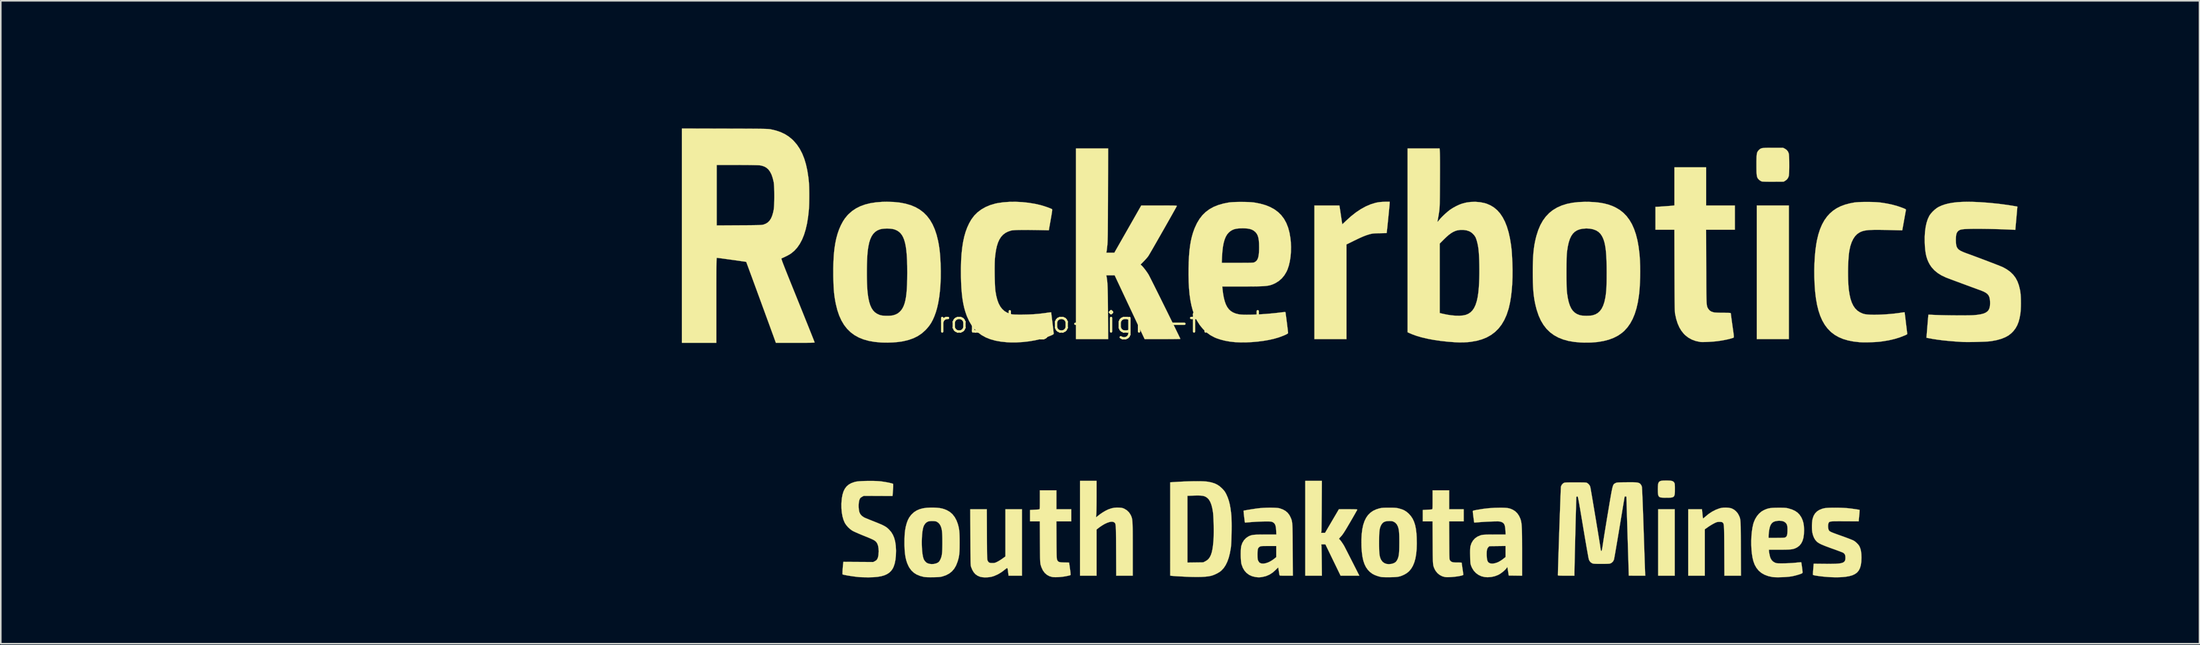
<source format=kicad_pcb>
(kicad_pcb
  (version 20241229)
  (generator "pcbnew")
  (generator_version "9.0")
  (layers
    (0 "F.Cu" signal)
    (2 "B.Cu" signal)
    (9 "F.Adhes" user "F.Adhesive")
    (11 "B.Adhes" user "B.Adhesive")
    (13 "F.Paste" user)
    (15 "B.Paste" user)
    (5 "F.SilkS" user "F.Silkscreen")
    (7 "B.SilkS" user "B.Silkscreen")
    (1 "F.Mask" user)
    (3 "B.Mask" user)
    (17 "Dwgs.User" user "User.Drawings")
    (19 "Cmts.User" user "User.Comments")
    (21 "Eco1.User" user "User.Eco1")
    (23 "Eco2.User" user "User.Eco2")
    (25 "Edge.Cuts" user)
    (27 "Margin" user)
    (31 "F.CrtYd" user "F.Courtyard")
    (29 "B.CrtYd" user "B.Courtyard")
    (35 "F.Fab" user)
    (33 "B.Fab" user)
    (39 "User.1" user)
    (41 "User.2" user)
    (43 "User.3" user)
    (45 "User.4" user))
  (footprint "robologo-light-fixed"
    (layer "F.Cu")
    (at 65.897 17.16)
    (property "Reference" "robologo-light-fixed" (at 0 0 0) (layer "F.SilkS") (effects (font (size 1.27 1.27) (thickness 0.15))))
    (attr through_hole)
    (fp_poly (pts (xy -35.473 -14.08) (xy -35.274 -14.052) (xy -35.153 -14.026) (xy -34.863 -13.93) (xy -34.592 -13.797) (xy -34.343 -13.631) (xy -34.118 -13.436) (xy -33.92 -13.212) (xy -33.752 -12.965) (xy -33.617 -12.696) (xy -33.517 -12.408) (xy -33.475 -12.229) (xy -33.458 -12.098) (xy -33.448 -11.94) (xy -33.445 -11.77) (xy -33.451 -11.603) (xy -33.463 -11.454) (xy -33.473 -11.388) (xy -33.547 -11.092) (xy -33.658 -10.813) (xy -33.804 -10.554) (xy -33.98 -10.317) (xy -34.185 -10.104) (xy -34.416 -9.92) (xy -34.67 -9.766) (xy -34.944 -9.644) (xy -35.235 -9.559) (xy -35.428 -9.524) (xy -35.599 -9.51) (xy -35.788 -9.508) (xy -35.979 -9.519) (xy -36.156 -9.541) (xy -36.259 -9.562) (xy -36.417 -9.601) (xy -37.507 -7.468) (xy -38.597 -5.335) (xy -46.08 -5.336) (xy -46.748 -5.336) (xy -47.376 -5.336) (xy -47.963 -5.336) (xy -48.513 -5.336) (xy -49.025 -5.336) (xy -49.501 -5.336) (xy -49.944 -5.336) (xy -50.353 -5.337) (xy -50.73 -5.337) (xy -51.077 -5.337) (xy -51.394 -5.338) (xy -51.684 -5.338) (xy -51.947 -5.339) (xy -52.185 -5.34) (xy -52.4 -5.34) (xy -52.591 -5.341) (xy -52.762 -5.342) (xy -52.912 -5.344) (xy -53.044 -5.345) (xy -53.159 -5.346) (xy -53.258 -5.348) (xy -53.342 -5.35) (xy -53.413 -5.352) (xy -53.472 -5.354) (xy -53.52 -5.356) (xy -53.559 -5.358) (xy -53.589 -5.361) (xy -53.613 -5.364) (xy -53.632 -5.367) (xy -53.647 -5.37) (xy -53.659 -5.374) (xy -53.669 -5.377) (xy -53.672 -5.379) (xy -53.806 -5.451) (xy -53.927 -5.556) (xy -54.028 -5.687) (xy -54.064 -5.753) (xy -54.098 -5.827) (xy -54.119 -5.887) (xy -54.13 -5.951) (xy -54.133 -6.033) (xy -54.134 -6.085) (xy -54.132 -6.183) (xy -54.126 -6.253) (xy -54.11 -6.314) (xy -54.083 -6.379) (xy -54.064 -6.418) (xy -53.966 -6.57) (xy -53.837 -6.695) (xy -53.704 -6.777) (xy -53.605 -6.826) (xy -46.575 -6.832) (xy -39.545 -6.837) (xy -38.882 -8.133) (xy -38.761 -8.37) (xy -38.639 -8.609) (xy -38.517 -8.847) (xy -38.399 -9.078) (xy -38.287 -9.297) (xy -38.183 -9.499) (xy -38.091 -9.68) (xy -38.012 -9.833) (xy -37.949 -9.955) (xy -37.94 -9.973) (xy -37.661 -10.516) (xy -37.785 -10.767) (xy -37.853 -10.914) (xy -37.913 -11.066) (xy -37.959 -11.203) (xy -37.966 -11.229) (xy -37.987 -11.313) (xy -38.003 -11.387) (xy -38.013 -11.461) (xy -38.019 -11.545) (xy -38.021 -11.65) (xy -38.022 -11.785) (xy -38.022 -11.8) (xy -36.502 -11.8) (xy -36.5 -11.699) (xy -36.492 -11.624) (xy -36.475 -11.56) (xy -36.447 -11.493) (xy -36.447 -11.493) (xy -36.359 -11.341) (xy -36.248 -11.221) (xy -36.108 -11.125) (xy -36.007 -11.076) (xy -35.874 -11.04) (xy -35.724 -11.03) (xy -35.571 -11.046) (xy -35.432 -11.088) (xy -35.411 -11.098) (xy -35.26 -11.191) (xy -35.14 -11.307) (xy -35.051 -11.442) (xy -34.993 -11.589) (xy -34.966 -11.744) (xy -34.97 -11.901) (xy -35.006 -12.054) (xy -35.072 -12.199) (xy -35.169 -12.329) (xy -35.298 -12.44) (xy -35.402 -12.501) (xy -35.466 -12.53) (xy -35.521 -12.548) (xy -35.582 -12.558) (xy -35.661 -12.562) (xy -35.74 -12.562) (xy -35.842 -12.561) (xy -35.914 -12.556) (xy -35.971 -12.544) (xy -36.026 -12.524) (xy -36.074 -12.5) (xy -36.208 -12.412) (xy -36.329 -12.292) (xy -36.424 -12.154) (xy -36.445 -12.112) (xy -36.474 -12.044) (xy -36.491 -11.981) (xy -36.5 -11.907) (xy -36.502 -11.808) (xy -36.502 -11.8) (xy -38.022 -11.8) (xy -38.022 -11.94) (xy -38.019 -12.047) (xy -38.013 -12.132) (xy -38.004 -12.206) (xy -37.989 -12.279) (xy -37.969 -12.361) (xy -37.967 -12.367) (xy -37.867 -12.665) (xy -37.732 -12.941) (xy -37.564 -13.195) (xy -37.367 -13.423) (xy -37.142 -13.622) (xy -36.892 -13.789) (xy -36.619 -13.923) (xy -36.47 -13.978) (xy -36.355 -14.013) (xy -36.232 -14.045) (xy -36.119 -14.069) (xy -36.07 -14.077) (xy -35.887 -14.093) (xy -35.683 -14.094) (xy -35.473 -14.08)) (stroke (width 0.01) (type solid)) (fill yes) (layer "F.Mask"))
    (fp_poly (pts (xy -46.501 4.556) (xy -46.005 4.556) (xy -45.515 4.556) (xy -45.034 4.557) (xy -44.566 4.557) (xy -44.113 4.558) (xy -43.678 4.559) (xy -43.264 4.56) (xy -42.874 4.56) (xy -42.511 4.562) (xy -42.179 4.563) (xy -41.879 4.564) (xy -41.614 4.565) (xy -41.389 4.567) (xy -41.341 4.567) (xy -39.301 4.583) (xy -38.245 6.953) (xy -38.096 7.286) (xy -37.943 7.631) (xy -37.786 7.982) (xy -37.629 8.335) (xy -37.472 8.687) (xy -37.319 9.031) (xy -37.17 9.364) (xy -37.029 9.682) (xy -36.896 9.978) (xy -36.775 10.25) (xy -36.667 10.493) (xy -36.574 10.701) (xy -36.574 10.702) (xy -35.96 12.08) (xy -35.75 12.094) (xy -35.431 12.134) (xy -35.128 12.213) (xy -34.845 12.329) (xy -34.582 12.481) (xy -34.341 12.67) (xy -34.123 12.893) (xy -34.072 12.955) (xy -33.9 13.202) (xy -33.765 13.467) (xy -33.665 13.745) (xy -33.602 14.032) (xy -33.575 14.324) (xy -33.585 14.616) (xy -33.631 14.905) (xy -33.713 15.186) (xy -33.833 15.456) (xy -33.989 15.709) (xy -34.016 15.746) (xy -34.221 15.987) (xy -34.45 16.195) (xy -34.702 16.369) (xy -34.973 16.507) (xy -35.261 16.607) (xy -35.433 16.646) (xy -35.557 16.663) (xy -35.707 16.673) (xy -35.871 16.677) (xy -36.034 16.674) (xy -36.183 16.664) (xy -36.304 16.647) (xy -36.309 16.646) (xy -36.609 16.566) (xy -36.89 16.449) (xy -37.151 16.299) (xy -37.387 16.117) (xy -37.598 15.907) (xy -37.78 15.671) (xy -37.93 15.413) (xy -38.047 15.133) (xy -38.127 14.836) (xy -38.143 14.748) (xy -38.159 14.594) (xy -38.163 14.415) (xy -38.159 14.321) (xy -36.642 14.321) (xy -36.641 14.477) (xy -36.608 14.63) (xy -36.544 14.775) (xy -36.448 14.906) (xy -36.32 15.019) (xy -36.215 15.082) (xy -36.049 15.145) (xy -35.88 15.166) (xy -35.707 15.146) (xy -35.588 15.11) (xy -35.49 15.059) (xy -35.386 14.984) (xy -35.29 14.894) (xy -35.215 14.803) (xy -35.21 14.794) (xy -35.136 14.64) (xy -35.1 14.475) (xy -35.102 14.306) (xy -35.139 14.141) (xy -35.212 13.986) (xy -35.32 13.848) (xy -35.326 13.842) (xy -35.448 13.738) (xy -35.574 13.669) (xy -35.715 13.632) (xy -35.867 13.621) (xy -35.968 13.623) (xy -36.042 13.63) (xy -36.105 13.647) (xy -36.171 13.674) (xy -36.178 13.677) (xy -36.333 13.771) (xy -36.457 13.887) (xy -36.55 14.021) (xy -36.612 14.167) (xy -36.642 14.321) (xy -38.159 14.321) (xy -38.156 14.226) (xy -38.139 14.04) (xy -38.112 13.872) (xy -38.091 13.784) (xy -37.99 13.491) (xy -37.854 13.221) (xy -37.683 12.973) (xy -37.54 12.809) (xy -37.38 12.642) (xy -38.817 9.416) (xy -38.974 9.065) (xy -39.126 8.724) (xy -39.272 8.395) (xy -39.413 8.08) (xy -39.546 7.782) (xy -39.671 7.501) (xy -39.787 7.241) (xy -39.893 7.003) (xy -39.989 6.789) (xy -40.072 6.602) (xy -40.143 6.443) (xy -40.2 6.314) (xy -40.243 6.219) (xy -40.27 6.157) (xy -40.281 6.133) (xy -40.308 6.075) (xy -45.972 6.072) (xy -46.472 6.072) (xy -46.968 6.072) (xy -47.457 6.071) (xy -47.938 6.071) (xy -48.408 6.07) (xy -48.865 6.069) (xy -49.307 6.069) (xy -49.732 6.068) (xy -50.137 6.067) (xy -50.521 6.066) (xy -50.881 6.065) (xy -51.215 6.064) (xy -51.521 6.063) (xy -51.797 6.062) (xy -52.041 6.06) (xy -52.25 6.059) (xy -52.423 6.058) (xy -52.556 6.057) (xy -52.62 6.056) (xy -52.85 6.053) (xy -53.041 6.05) (xy -53.198 6.047) (xy -53.324 6.044) (xy -53.424 6.041) (xy -53.501 6.037) (xy -53.56 6.033) (xy -53.604 6.027) (xy -53.637 6.02) (xy -53.664 6.011) (xy -53.688 6.001) (xy -53.704 5.993) (xy -53.858 5.894) (xy -53.983 5.766) (xy -54.064 5.635) (xy -54.098 5.561) (xy -54.119 5.5) (xy -54.13 5.437) (xy -54.133 5.354) (xy -54.134 5.303) (xy -54.132 5.201) (xy -54.124 5.127) (xy -54.108 5.064) (xy -54.08 4.996) (xy -54.077 4.992) (xy -53.989 4.846) (xy -53.875 4.722) (xy -53.742 4.63) (xy -53.724 4.62) (xy -53.605 4.561) (xy -48.493 4.557) (xy -48 4.556) (xy -47.502 4.556) (xy -47.001 4.556) (xy -46.501 4.556)) (stroke (width 0.01) (type solid)) (fill yes) (layer "F.Mask"))
    (fp_poly (pts (xy -32.401 -4.533) (xy -32.17 -4.499) (xy -31.962 -4.449) (xy -31.76 -4.376) (xy -31.612 -4.308) (xy -31.34 -4.155) (xy -31.101 -3.975) (xy -30.892 -3.766) (xy -30.711 -3.527) (xy -30.556 -3.255) (xy -30.553 -3.249) (xy -30.435 -2.962) (xy -30.358 -2.668) (xy -30.321 -2.371) (xy -30.322 -2.074) (xy -30.363 -1.782) (xy -30.441 -1.496) (xy -30.557 -1.223) (xy -30.709 -0.963) (xy -30.898 -0.722) (xy -31.015 -0.6) (xy -31.243 -0.403) (xy -31.484 -0.243) (xy -31.745 -0.118) (xy -31.99 -0.033) (xy -32.076 -0.012) (xy -32.185 0.009) (xy -32.305 0.028) (xy -32.425 0.045) (xy -32.534 0.056) (xy -32.62 0.061) (xy -32.66 0.061) (xy -32.696 0.057) (xy -32.76 0.051) (xy -32.841 0.043) (xy -32.851 0.042) (xy -33.149 -0.009) (xy -33.435 -0.097) (xy -33.707 -0.221) (xy -33.959 -0.378) (xy -34.189 -0.566) (xy -34.392 -0.781) (xy -34.565 -1.022) (xy -34.692 -1.257) (xy -34.729 -1.338) (xy -34.76 -1.409) (xy -34.78 -1.456) (xy -34.784 -1.466) (xy -34.786 -1.469) (xy -34.792 -1.472) (xy -34.802 -1.474) (xy -34.819 -1.477) (xy -34.842 -1.479) (xy -34.873 -1.481) (xy -34.913 -1.483) (xy -34.964 -1.485) (xy -35.026 -1.487) (xy -35.101 -1.489) (xy -35.19 -1.49) (xy -35.294 -1.492) (xy -35.414 -1.493) (xy -35.551 -1.494) (xy -35.707 -1.495) (xy -35.882 -1.496) (xy -36.079 -1.497) (xy -36.297 -1.498) (xy -36.538 -1.499) (xy -36.804 -1.499) (xy -37.095 -1.5) (xy -37.413 -1.501) (xy -37.758 -1.501) (xy -38.132 -1.501) (xy -38.537 -1.502) (xy -38.972 -1.502) (xy -39.44 -1.502) (xy -39.942 -1.502) (xy -40.478 -1.503) (xy -41.05 -1.503) (xy -41.659 -1.503) (xy -42.306 -1.503) (xy -42.993 -1.503) (xy -43.72 -1.503) (xy -44.173 -1.503) (xy -53.55 -1.503) (xy -53.667 -1.547) (xy -53.789 -1.61) (xy -53.907 -1.704) (xy -54.008 -1.816) (xy -54.075 -1.922) (xy -54.103 -1.984) (xy -54.12 -2.039) (xy -54.13 -2.101) (xy -54.133 -2.183) (xy -54.134 -2.251) (xy -33.394 -2.251) (xy -33.378 -2.089) (xy -33.327 -1.934) (xy -33.245 -1.793) (xy -33.134 -1.67) (xy -32.997 -1.571) (xy -32.835 -1.502) (xy -32.808 -1.494) (xy -32.7 -1.47) (xy -32.608 -1.464) (xy -32.511 -1.475) (xy -32.445 -1.489) (xy -32.281 -1.549) (xy -32.133 -1.645) (xy -32.008 -1.773) (xy -31.91 -1.927) (xy -31.902 -1.944) (xy -31.872 -2.015) (xy -31.855 -2.082) (xy -31.848 -2.162) (xy -31.846 -2.244) (xy -31.849 -2.344) (xy -31.859 -2.42) (xy -31.879 -2.489) (xy -31.906 -2.553) (xy -31.988 -2.689) (xy -32.102 -2.814) (xy -32.235 -2.915) (xy -32.311 -2.957) (xy -32.385 -2.988) (xy -32.453 -3.005) (xy -32.53 -3.014) (xy -32.618 -3.015) (xy -32.719 -3.013) (xy -32.794 -3.003) (xy -32.861 -2.984) (xy -32.919 -2.959) (xy -33.058 -2.875) (xy -33.184 -2.762) (xy -33.284 -2.633) (xy -33.314 -2.579) (xy -33.374 -2.417) (xy -33.394 -2.251) (xy -54.134 -2.251) (xy -54.134 -2.254) (xy -54.132 -2.357) (xy -54.127 -2.431) (xy -54.115 -2.489) (xy -54.094 -2.544) (xy -54.075 -2.586) (xy -53.998 -2.706) (xy -53.894 -2.816) (xy -53.775 -2.907) (xy -53.667 -2.962) (xy -53.55 -3.006) (xy -44.163 -3.006) (xy -43.393 -3.006) (xy -42.664 -3.006) (xy -41.975 -3.006) (xy -41.326 -3.006) (xy -40.714 -3.006) (xy -40.14 -3.006) (xy -39.602 -3.007) (xy -39.099 -3.007) (xy -38.629 -3.007) (xy -38.193 -3.008) (xy -37.789 -3.008) (xy -37.415 -3.009) (xy -37.072 -3.01) (xy -36.757 -3.01) (xy -36.47 -3.011) (xy -36.209 -3.012) (xy -35.974 -3.013) (xy -35.764 -3.014) (xy -35.577 -3.015) (xy -35.413 -3.017) (xy -35.271 -3.018) (xy -35.148 -3.02) (xy -35.046 -3.021) (xy -34.961 -3.023) (xy -34.894 -3.025) (xy -34.843 -3.026) (xy -34.807 -3.028) (xy -34.785 -3.031) (xy -34.777 -3.033) (xy -34.777 -3.033) (xy -34.767 -3.073) (xy -34.738 -3.139) (xy -34.697 -3.225) (xy -34.647 -3.32) (xy -34.593 -3.417) (xy -34.54 -3.507) (xy -34.501 -3.565) (xy -34.408 -3.685) (xy -34.291 -3.815) (xy -34.161 -3.943) (xy -34.03 -4.058) (xy -33.912 -4.148) (xy -33.654 -4.298) (xy -33.377 -4.413) (xy -33.09 -4.494) (xy -32.797 -4.537) (xy -32.505 -4.541) (xy -32.401 -4.533)) (stroke (width 0.01) (type solid)) (fill yes) (layer "F.Mask"))
    (fp_poly (pts (xy -45.036 0.763) (xy -36.714 0.763) (xy -35.709 2.95) (xy -34.704 5.138) (xy -26.364 5.13) (xy -25.784 5.129) (xy -25.168 5.128) (xy -24.518 5.128) (xy -23.835 5.127) (xy -23.119 5.127) (xy -22.371 5.126) (xy -21.593 5.125) (xy -20.785 5.125) (xy -19.949 5.124) (xy -19.085 5.123) (xy -18.194 5.123) (xy -17.278 5.122) (xy -16.337 5.121) (xy -15.372 5.12) (xy -14.384 5.12) (xy -13.375 5.119) (xy -12.344 5.118) (xy -11.294 5.117) (xy -10.224 5.116) (xy -9.137 5.116) (xy -8.032 5.115) (xy -6.912 5.114) (xy -5.776 5.113) (xy -4.626 5.112) (xy -3.464 5.112) (xy -2.288 5.111) (xy -1.102 5.11) (xy 0.094 5.109) (xy 1.3 5.108) (xy 2.515 5.108) (xy 3.736 5.107) (xy 4.964 5.106) (xy 6.197 5.105) (xy 7.435 5.104) (xy 8.677 5.104) (xy 9.921 5.103) (xy 11.166 5.102) (xy 12.412 5.101) (xy 13.658 5.1) (xy 14.902 5.1) (xy 16.144 5.099) (xy 17.383 5.098) (xy 18.617 5.097) (xy 19.847 5.096) (xy 21.07 5.096) (xy 22.286 5.095) (xy 23.494 5.094) (xy 24.693 5.094) (xy 25.881 5.093) (xy 27.059 5.092) (xy 28.225 5.091) (xy 29.378 5.091) (xy 30.517 5.09) (xy 31.641 5.089) (xy 32.749 5.089) (xy 33.841 5.088) (xy 34.914 5.088) (xy 35.969 5.087) (xy 37.005 5.087) (xy 38.019 5.086) (xy 39.012 5.085) (xy 39.982 5.085) (xy 40.929 5.084) (xy 41.851 5.084) (xy 42.748 5.084) (xy 43.618 5.083) (xy 44.461 5.083) (xy 45.276 5.082) (xy 46.061 5.082) (xy 46.815 5.082) (xy 47.539 5.081) (xy 48.23 5.081) (xy 48.888 5.081) (xy 49.511 5.081) (xy 50.1 5.08) (xy 50.652 5.08) (xy 51.168 5.08) (xy 51.645 5.08) (xy 52.083 5.08) (xy 52.481 5.08) (xy 52.838 5.08) (xy 52.972 5.08) (xy 61.505 5.08) (xy 61.54 4.987) (xy 61.567 4.93) (xy 61.611 4.85) (xy 61.665 4.76) (xy 61.7 4.707) (xy 61.888 4.46) (xy 62.105 4.242) (xy 62.349 4.056) (xy 62.617 3.904) (xy 62.906 3.786) (xy 63.172 3.714) (xy 63.32 3.692) (xy 63.494 3.679) (xy 63.678 3.677) (xy 63.859 3.686) (xy 64.019 3.704) (xy 64.072 3.714) (xy 64.375 3.798) (xy 64.66 3.918) (xy 64.922 4.071) (xy 65.159 4.257) (xy 65.369 4.471) (xy 65.55 4.713) (xy 65.699 4.979) (xy 65.814 5.268) (xy 65.841 5.359) (xy 65.872 5.502) (xy 65.895 5.672) (xy 65.908 5.857) (xy 65.913 6.042) (xy 65.907 6.215) (xy 65.892 6.346) (xy 65.824 6.641) (xy 65.717 6.922) (xy 65.574 7.186) (xy 65.398 7.43) (xy 65.193 7.649) (xy 64.96 7.841) (xy 64.702 8) (xy 64.591 8.055) (xy 64.369 8.143) (xy 64.13 8.209) (xy 63.885 8.253) (xy 63.648 8.271) (xy 63.429 8.263) (xy 63.426 8.263) (xy 63.105 8.208) (xy 62.808 8.119) (xy 62.533 7.995) (xy 62.277 7.834) (xy 62.251 7.815) (xy 62.039 7.635) (xy 61.847 7.429) (xy 61.681 7.204) (xy 61.549 6.969) (xy 61.509 6.88) (xy 61.439 6.71) (xy 56.591 6.71) (xy 56.363 6.71) (xy 56.095 6.71) (xy 55.786 6.71) (xy 55.437 6.71) (xy 55.049 6.71) (xy 54.623 6.71) (xy 54.16 6.711) (xy 53.661 6.711) (xy 53.126 6.711) (xy 52.556 6.711) (xy 51.953 6.712) (xy 51.317 6.712) (xy 50.648 6.712) (xy 49.949 6.713) (xy 49.219 6.713) (xy 48.459 6.714) (xy 47.671 6.714) (xy 46.856 6.715) (xy 46.013 6.715) (xy 45.144 6.716) (xy 44.25 6.716) (xy 43.331 6.717) (xy 42.389 6.717) (xy 41.425 6.718) (xy 40.438 6.719) (xy 39.431 6.719) (xy 38.403 6.72) (xy 37.357 6.721) (xy 36.292 6.721) (xy 35.209 6.722) (xy 34.11 6.723) (xy 32.994 6.723) (xy 31.864 6.724) (xy 30.72 6.725) (xy 29.563 6.726) (xy 28.393 6.726) (xy 27.211 6.727) (xy 26.019 6.728) (xy 24.817 6.729) (xy 23.606 6.73) (xy 22.387 6.731) (xy 21.161 6.731) (xy 19.928 6.732) (xy 18.69 6.733) (xy 17.447 6.734) (xy 16.2 6.735) (xy 14.951 6.736) (xy 13.699 6.737) (xy 12.446 6.737) (xy 11.192 6.738) (xy 9.939 6.739) (xy 8.687 6.74) (xy 7.437 6.741) (xy 6.19 6.742) (xy 4.947 6.743) (xy 3.709 6.744) (xy 2.477 6.745) (xy 1.25 6.746) (xy 0.031 6.746) (xy -1.179 6.747) (xy -2.381 6.748) (xy -3.573 6.749) (xy -4.755 6.75) (xy -5.924 6.751) (xy -7.082 6.752) (xy -8.226 6.753) (xy -9.356 6.754) (xy -10.471 6.754) (xy -11.57 6.755) (xy -12.652 6.756) (xy -13.717 6.757) (xy -14.764 6.758) (xy -15.791 6.759) (xy -16.798 6.759) (xy -17.784 6.76) (xy -18.749 6.761) (xy -19.69 6.762) (xy -20.609 6.763) (xy -20.722 6.763) (xy -35.761 6.775) (xy -36.109 6.016) (xy 62.849 6.016) (xy 62.876 6.176) (xy 62.936 6.326) (xy 63.025 6.462) (xy 63.143 6.579) (xy 63.287 6.67) (xy 63.452 6.73) (xy 63.565 6.745) (xy 63.696 6.74) (xy 63.827 6.717) (xy 63.934 6.681) (xy 64.082 6.592) (xy 64.206 6.474) (xy 64.303 6.336) (xy 64.368 6.182) (xy 64.399 6.019) (xy 64.391 5.855) (xy 64.39 5.847) (xy 64.339 5.681) (xy 64.255 5.528) (xy 64.142 5.398) (xy 64.007 5.296) (xy 63.907 5.247) (xy 63.758 5.207) (xy 63.599 5.196) (xy 63.446 5.214) (xy 63.326 5.254) (xy 63.186 5.331) (xy 63.076 5.42) (xy 62.984 5.533) (xy 62.982 5.535) (xy 62.9 5.69) (xy 62.856 5.853) (xy 62.849 6.016) (xy -36.109 6.016) (xy -36.767 4.584) (xy -37.772 2.392) (xy -45.657 2.387) (xy -53.541 2.381) (xy -53.66 2.323) (xy -53.776 2.248) (xy -53.889 2.145) (xy -53.988 2.025) (xy -54.055 1.91) (xy -54.083 1.844) (xy -54.1 1.784) (xy -54.109 1.714) (xy -54.112 1.621) (xy -54.112 1.587) (xy -54.111 1.488) (xy -54.105 1.415) (xy -54.091 1.355) (xy -54.067 1.291) (xy -54.045 1.245) (xy -53.947 1.083) (xy -53.821 0.952) (xy -53.669 0.854) (xy -53.495 0.791) (xy -53.471 0.786) (xy -53.448 0.784) (xy -53.4 0.782) (xy -53.327 0.78) (xy -53.226 0.778) (xy -53.099 0.776) (xy -52.943 0.774) (xy -52.758 0.773) (xy -52.543 0.772) (xy -52.298 0.77) (xy -52.022 0.769) (xy -51.714 0.768) (xy -51.372 0.767) (xy -50.998 0.766) (xy -50.589 0.766) (xy -50.144 0.765) (xy -49.664 0.764) (xy -49.147 0.764) (xy -48.593 0.763) (xy -48 0.763) (xy -47.368 0.763) (xy -46.697 0.763) (xy -45.985 0.763) (xy -45.231 0.763) (xy -45.036 0.763)) (stroke (width 0.01) (type solid)) (fill yes) (layer "F.Mask"))
    (fp_poly (pts (xy -48.43 -17.152) (xy -48.155 -17.147) (xy -47.889 -17.139) (xy -47.637 -17.129) (xy -47.402 -17.117) (xy -47.19 -17.102) (xy -47.006 -17.084) (xy -46.853 -17.064) (xy -46.776 -17.05) (xy -46.608 -17.002) (xy -46.468 -16.929) (xy -46.348 -16.826) (xy -46.243 -16.689) (xy -46.18 -16.579) (xy -46.133 -16.484) (xy -46.089 -16.38) (xy -46.046 -16.263) (xy -46.002 -16.126) (xy -45.955 -15.963) (xy -45.904 -15.771) (xy -45.848 -15.55) (xy -45.785 -15.3) (xy -45.726 -15.088) (xy -45.67 -14.907) (xy -45.616 -14.754) (xy -45.56 -14.624) (xy -45.501 -14.51) (xy -45.438 -14.41) (xy -45.367 -14.317) (xy -45.306 -14.249) (xy -45.26 -14.2) (xy -45.217 -14.157) (xy -45.172 -14.119) (xy -45.121 -14.082) (xy -45.062 -14.047) (xy -44.99 -14.01) (xy -44.903 -13.97) (xy -44.795 -13.927) (xy -44.664 -13.877) (xy -44.505 -13.819) (xy -44.316 -13.752) (xy -44.092 -13.673) (xy -43.972 -13.631) (xy -43.684 -13.53) (xy -43.422 -13.436) (xy -43.189 -13.35) (xy -42.986 -13.273) (xy -42.815 -13.205) (xy -42.678 -13.148) (xy -42.575 -13.102) (xy -42.509 -13.067) (xy -42.482 -13.044) (xy -42.481 -13.041) (xy -42.49 -13.02) (xy -42.515 -12.965) (xy -42.555 -12.88) (xy -42.607 -12.768) (xy -42.669 -12.634) (xy -42.741 -12.481) (xy -42.819 -12.313) (xy -42.903 -12.135) (xy -42.99 -11.95) (xy -43.078 -11.762) (xy -43.166 -11.575) (xy -43.252 -11.393) (xy -43.334 -11.22) (xy -43.409 -11.06) (xy -43.477 -10.917) (xy -43.535 -10.795) (xy -43.582 -10.697) (xy -43.615 -10.628) (xy -43.634 -10.591) (xy -43.635 -10.589) (xy -43.654 -10.596) (xy -43.706 -10.617) (xy -43.786 -10.65) (xy -43.888 -10.693) (xy -44.006 -10.743) (xy -44.049 -10.761) (xy -44.648 -11.001) (xy -45.248 -11.204) (xy -45.856 -11.374) (xy -46.477 -11.512) (xy -47.118 -11.62) (xy -47.678 -11.688) (xy -47.812 -11.698) (xy -47.981 -11.706) (xy -48.177 -11.712) (xy -48.392 -11.715) (xy -48.618 -11.716) (xy -48.849 -11.715) (xy -49.075 -11.711) (xy -49.29 -11.705) (xy -49.485 -11.698) (xy -49.653 -11.688) (xy -49.773 -11.677) (xy -50.507 -11.579) (xy -51.217 -11.445) (xy -51.906 -11.275) (xy -52.575 -11.068) (xy -53.223 -10.825) (xy -53.851 -10.545) (xy -54.461 -10.228) (xy -55.052 -9.873) (xy -55.627 -9.48) (xy -56.184 -9.048) (xy -56.388 -8.878) (xy -56.514 -8.766) (xy -56.66 -8.631) (xy -56.818 -8.478) (xy -56.983 -8.316) (xy -57.147 -8.15) (xy -57.303 -7.989) (xy -57.443 -7.838) (xy -57.562 -7.706) (xy -57.599 -7.662) (xy -58.037 -7.115) (xy -58.438 -6.552) (xy -58.8 -5.975) (xy -59.123 -5.387) (xy -59.406 -4.789) (xy -59.433 -4.726) (xy -59.646 -4.196) (xy -59.829 -3.669) (xy -59.984 -3.138) (xy -60.114 -2.595) (xy -60.22 -2.032) (xy -60.304 -1.442) (xy -60.329 -1.217) (xy -60.338 -1.116) (xy -60.344 -0.979) (xy -60.349 -0.814) (xy -60.353 -0.625) (xy -60.356 -0.422) (xy -60.357 -0.209) (xy -60.357 0.007) (xy -60.355 0.218) (xy -60.352 0.419) (xy -60.348 0.602) (xy -60.343 0.761) (xy -60.336 0.89) (xy -60.329 0.963) (xy -60.264 1.493) (xy -60.185 1.991) (xy -60.091 2.468) (xy -59.979 2.933) (xy -59.847 3.397) (xy -59.709 3.822) (xy -59.464 4.477) (xy -59.182 5.113) (xy -58.866 5.728) (xy -58.517 6.322) (xy -58.135 6.892) (xy -57.723 7.437) (xy -57.281 7.955) (xy -56.811 8.446) (xy -56.313 8.907) (xy -55.79 9.338) (xy -55.243 9.736) (xy -54.673 10.1) (xy -54.08 10.429) (xy -53.88 10.53) (xy -53.262 10.81) (xy -52.623 11.055) (xy -51.965 11.265) (xy -51.293 11.438) (xy -50.612 11.573) (xy -49.924 11.67) (xy -49.895 11.673) (xy -49.238 11.723) (xy -48.572 11.733) (xy -47.902 11.704) (xy -47.23 11.637) (xy -46.559 11.53) (xy -45.894 11.387) (xy -45.238 11.206) (xy -44.595 10.988) (xy -43.967 10.735) (xy -43.826 10.672) (xy -43.735 10.632) (xy -43.658 10.601) (xy -43.603 10.583) (xy -43.578 10.58) (xy -43.578 10.58) (xy -43.566 10.601) (xy -43.539 10.656) (xy -43.496 10.741) (xy -43.442 10.852) (xy -43.377 10.985) (xy -43.303 11.136) (xy -43.222 11.301) (xy -43.137 11.476) (xy -43.049 11.657) (xy -42.961 11.84) (xy -42.873 12.021) (xy -42.789 12.196) (xy -42.71 12.36) (xy -42.638 12.511) (xy -42.574 12.643) (xy -42.522 12.753) (xy -42.483 12.836) (xy -42.479 12.844) (xy -42.397 13.02) (xy -42.572 13.101) (xy -42.725 13.168) (xy -42.92 13.247) (xy -43.154 13.337) (xy -43.429 13.438) (xy -43.743 13.55) (xy -43.972 13.631) (xy -44.217 13.716) (xy -44.426 13.79) (xy -44.602 13.855) (xy -44.75 13.911) (xy -44.872 13.961) (xy -44.973 14.006) (xy -45.057 14.049) (xy -45.126 14.091) (xy -45.186 14.134) (xy -45.24 14.18) (xy -45.291 14.23) (xy -45.335 14.276) (xy -45.408 14.363) (xy -45.474 14.454) (xy -45.534 14.555) (xy -45.589 14.67) (xy -45.643 14.805) (xy -45.697 14.965) (xy -45.753 15.154) (xy -45.813 15.377) (xy -45.845 15.5) (xy -45.895 15.695) (xy -45.937 15.855) (xy -45.974 15.986) (xy -46.006 16.094) (xy -46.037 16.186) (xy -46.068 16.268) (xy -46.102 16.346) (xy -46.139 16.426) (xy -46.149 16.446) (xy -46.248 16.612) (xy -46.369 16.761) (xy -46.506 16.884) (xy -46.649 16.973) (xy -46.652 16.974) (xy -46.731 17.009) (xy -46.816 17.038) (xy -46.911 17.063) (xy -47.019 17.085) (xy -47.143 17.103) (xy -47.287 17.118) (xy -47.455 17.13) (xy -47.649 17.139) (xy -47.874 17.146) (xy -48.133 17.151) (xy -48.429 17.155) (xy -48.578 17.156) (xy -48.913 17.157) (xy -49.209 17.156) (xy -49.467 17.153) (xy -49.689 17.147) (xy -49.878 17.138) (xy -49.943 17.134) (xy -50.169 17.118) (xy -50.357 17.101) (xy -50.513 17.083) (xy -50.64 17.063) (xy -50.744 17.039) (xy -50.83 17.01) (xy -50.901 16.975) (xy -50.963 16.933) (xy -51.021 16.882) (xy -51.044 16.86) (xy -51.115 16.779) (xy -51.18 16.686) (xy -51.241 16.578) (xy -51.3 16.449) (xy -51.358 16.296) (xy -51.416 16.115) (xy -51.478 15.901) (xy -51.543 15.651) (xy -51.561 15.578) (xy -51.614 15.367) (xy -51.66 15.192) (xy -51.702 15.046) (xy -51.74 14.923) (xy -51.777 14.818) (xy -51.815 14.723) (xy -51.856 14.633) (xy -51.891 14.563) (xy -51.995 14.387) (xy -52.111 14.242) (xy -52.245 14.123) (xy -52.407 14.022) (xy -52.602 13.933) (xy -52.619 13.926) (xy -52.691 13.899) (xy -52.797 13.861) (xy -52.928 13.814) (xy -53.077 13.761) (xy -53.238 13.704) (xy -53.404 13.646) (xy -53.446 13.632) (xy -53.73 13.532) (xy -53.979 13.444) (xy -54.198 13.363) (xy -54.392 13.289) (xy -54.565 13.219) (xy -54.724 13.151) (xy -54.874 13.082) (xy -55.019 13.011) (xy -55.164 12.936) (xy -55.315 12.853) (xy -55.384 12.815) (xy -55.592 12.702) (xy -55.772 12.614) (xy -55.93 12.549) (xy -56.072 12.505) (xy -56.203 12.479) (xy -56.33 12.472) (xy -56.41 12.475) (xy -56.53 12.488) (xy -56.649 12.513) (xy -56.774 12.55) (xy -56.907 12.603) (xy -57.055 12.672) (xy -57.222 12.761) (xy -57.412 12.871) (xy -57.63 13.004) (xy -57.669 13.028) (xy -57.929 13.185) (xy -58.161 13.315) (xy -58.37 13.417) (xy -58.56 13.492) (xy -58.735 13.54) (xy -58.898 13.562) (xy -59.054 13.557) (xy -59.206 13.527) (xy -59.36 13.472) (xy -59.518 13.392) (xy -59.684 13.288) (xy -59.757 13.238) (xy -59.805 13.199) (xy -59.88 13.134) (xy -59.977 13.045) (xy -60.093 12.936) (xy -60.226 12.811) (xy -60.371 12.672) (xy -60.524 12.523) (xy -60.684 12.368) (xy -60.845 12.209) (xy -61.005 12.051) (xy -61.16 11.897) (xy -61.307 11.749) (xy -61.443 11.612) (xy -61.563 11.489) (xy -61.664 11.383) (xy -61.744 11.297) (xy -61.794 11.239) (xy -61.961 11.025) (xy -62.09 10.827) (xy -62.184 10.64) (xy -62.242 10.464) (xy -62.267 10.295) (xy -62.264 10.166) (xy -62.248 10.054) (xy -62.222 9.941) (xy -62.184 9.823) (xy -62.133 9.695) (xy -62.065 9.551) (xy -61.979 9.388) (xy -61.872 9.201) (xy -61.743 8.984) (xy -61.731 8.964) (xy -61.596 8.737) (xy -61.483 8.539) (xy -61.392 8.366) (xy -61.321 8.214) (xy -61.267 8.078) (xy -61.23 7.954) (xy -61.207 7.836) (xy -61.196 7.72) (xy -61.197 7.603) (xy -61.198 7.589) (xy -61.2 7.54) (xy -61.204 7.495) (xy -61.21 7.45) (xy -61.219 7.404) (xy -61.232 7.352) (xy -61.252 7.292) (xy -61.278 7.222) (xy -61.312 7.137) (xy -61.356 7.036) (xy -61.41 6.915) (xy -61.476 6.771) (xy -61.555 6.601) (xy -61.648 6.403) (xy -61.756 6.173) (xy -61.881 5.909) (xy -61.92 5.825) (xy -62.077 5.485) (xy -62.208 5.178) (xy -62.315 4.906) (xy -62.396 4.667) (xy -62.419 4.588) (xy -62.455 4.462) (xy -62.496 4.319) (xy -62.534 4.183) (xy -62.549 4.133) (xy -62.625 3.901) (xy -62.712 3.706) (xy -62.813 3.543) (xy -62.932 3.408) (xy -63.072 3.296) (xy -63.196 3.222) (xy -63.289 3.177) (xy -63.388 3.134) (xy -63.499 3.093) (xy -63.628 3.051) (xy -63.78 3.006) (xy -63.962 2.956) (xy -64.177 2.9) (xy -64.437 2.833) (xy -64.658 2.771) (xy -64.847 2.712) (xy -65.007 2.656) (xy -65.143 2.599) (xy -65.259 2.541) (xy -65.36 2.48) (xy -65.449 2.413) (xy -65.508 2.362) (xy -65.602 2.258) (xy -65.683 2.138) (xy -65.735 2.027) (xy -65.754 1.958) (xy -65.775 1.853) (xy -65.796 1.72) (xy -65.818 1.566) (xy -65.839 1.398) (xy -65.857 1.222) (xy -65.872 1.052) (xy -65.882 0.889) (xy -65.889 0.7) (xy -65.892 0.488) (xy -65.892 0.26) (xy -65.89 0.019) (xy -65.885 -0.229) (xy -65.877 -0.48) (xy -65.867 -0.729) (xy -65.856 -0.971) (xy -65.842 -1.201) (xy -65.827 -1.415) (xy -65.81 -1.606) (xy -65.792 -1.772) (xy -65.773 -1.906) (xy -65.753 -2.005) (xy -65.747 -2.028) (xy -65.685 -2.177) (xy -65.596 -2.301) (xy -65.475 -2.41) (xy -65.425 -2.445) (xy -65.308 -2.517) (xy -65.178 -2.581) (xy -65.031 -2.64) (xy -64.859 -2.697) (xy -64.656 -2.754) (xy -64.484 -2.797) (xy -64.236 -2.858) (xy -64.026 -2.911) (xy -63.847 -2.958) (xy -63.697 -3) (xy -63.57 -3.04) (xy -63.462 -3.078) (xy -63.368 -3.117) (xy -63.285 -3.157) (xy -63.207 -3.2) (xy -63.13 -3.248) (xy -63.106 -3.264) (xy -63.021 -3.326) (xy -62.938 -3.395) (xy -62.872 -3.458) (xy -62.864 -3.467) (xy -62.783 -3.578) (xy -62.702 -3.723) (xy -62.625 -3.896) (xy -62.556 -4.089) (xy -62.515 -4.223) (xy -62.463 -4.409) (xy -62.416 -4.574) (xy -62.37 -4.722) (xy -62.325 -4.859) (xy -62.277 -4.992) (xy -62.224 -5.127) (xy -62.165 -5.269) (xy -62.095 -5.425) (xy -62.014 -5.6) (xy -61.919 -5.8) (xy -61.807 -6.032) (xy -61.796 -6.054) (xy -61.665 -6.326) (xy -61.552 -6.565) (xy -61.457 -6.773) (xy -61.378 -6.954) (xy -61.315 -7.11) (xy -61.265 -7.246) (xy -61.229 -7.364) (xy -61.204 -7.468) (xy -61.19 -7.562) (xy -61.185 -7.648) (xy -61.189 -7.73) (xy -61.194 -7.779) (xy -61.213 -7.886) (xy -61.24 -7.992) (xy -61.278 -8.102) (xy -61.329 -8.22) (xy -61.395 -8.351) (xy -61.479 -8.5) (xy -61.582 -8.673) (xy -61.708 -8.874) (xy -61.732 -8.911) (xy -61.841 -9.083) (xy -61.93 -9.225) (xy -62.001 -9.344) (xy -62.058 -9.446) (xy -62.105 -9.536) (xy -62.144 -9.621) (xy -62.18 -9.706) (xy -62.193 -9.74) (xy -62.222 -9.821) (xy -62.241 -9.887) (xy -62.253 -9.953) (xy -62.258 -10.031) (xy -62.26 -10.135) (xy -62.26 -10.171) (xy -62.26 -10.287) (xy -62.255 -10.372) (xy -62.246 -10.439) (xy -62.23 -10.497) (xy -62.212 -10.547) (xy -62.148 -10.679) (xy -62.057 -10.825) (xy -61.936 -10.988) (xy -61.782 -11.171) (xy -61.729 -11.231) (xy -61.541 -11.441) (xy -61.378 -11.622) (xy -61.237 -11.778) (xy -61.115 -11.912) (xy -61.01 -12.028) (xy -60.918 -12.127) (xy -60.837 -12.214) (xy -60.763 -12.291) (xy -60.694 -12.362) (xy -60.627 -12.43) (xy -60.559 -12.499) (xy -60.544 -12.513) (xy -60.365 -12.687) (xy -60.207 -12.834) (xy -60.06 -12.962) (xy -59.918 -13.075) (xy -59.773 -13.182) (xy -59.641 -13.273) (xy -59.504 -13.362) (xy -59.391 -13.428) (xy -59.295 -13.476) (xy -59.206 -13.507) (xy -59.116 -13.525) (xy -59.016 -13.534) (xy -58.917 -13.535) (xy -58.796 -13.534) (xy -58.702 -13.526) (xy -58.621 -13.512) (xy -58.538 -13.488) (xy -58.536 -13.487) (xy -58.415 -13.443) (xy -58.283 -13.385) (xy -58.134 -13.312) (xy -57.964 -13.221) (xy -57.769 -13.109) (xy -57.594 -13.006) (xy -57.351 -12.862) (xy -57.137 -12.743) (xy -56.949 -12.647) (xy -56.782 -12.573) (xy -56.634 -12.52) (xy -56.499 -12.485) (xy -56.375 -12.469) (xy -56.256 -12.47) (xy -56.14 -12.486) (xy -56.08 -12.5) (xy -55.993 -12.526) (xy -55.899 -12.561) (xy -55.792 -12.609) (xy -55.666 -12.672) (xy -55.515 -12.753) (xy -55.379 -12.829) (xy -55.245 -12.904) (xy -55.113 -12.973) (xy -54.979 -13.039) (xy -54.839 -13.104) (xy -54.687 -13.17) (xy -54.52 -13.238) (xy -54.333 -13.311) (xy -54.121 -13.389) (xy -53.879 -13.477) (xy -53.603 -13.574) (xy -53.499 -13.611) (xy -53.249 -13.698) (xy -53.035 -13.774) (xy -52.854 -13.839) (xy -52.703 -13.895) (xy -52.577 -13.945) (xy -52.474 -13.989) (xy -52.389 -14.029) (xy -52.32 -14.067) (xy -52.262 -14.104) (xy -52.211 -14.143) (xy -52.165 -14.184) (xy -52.12 -14.23) (xy -52.1 -14.251) (xy -52.018 -14.348) (xy -51.944 -14.456) (xy -51.877 -14.579) (xy -51.815 -14.721) (xy -51.756 -14.888) (xy -51.697 -15.085) (xy -51.637 -15.316) (xy -51.595 -15.494) (xy -51.533 -15.755) (xy -51.475 -15.979) (xy -51.419 -16.169) (xy -51.364 -16.331) (xy -51.307 -16.469) (xy -51.247 -16.587) (xy -51.181 -16.69) (xy -51.109 -16.782) (xy -51.04 -16.856) (xy -50.956 -16.929) (xy -50.862 -16.985) (xy -50.746 -17.03) (xy -50.639 -17.061) (xy -50.531 -17.082) (xy -50.387 -17.1) (xy -50.209 -17.116) (xy -50.002 -17.129) (xy -49.773 -17.139) (xy -49.524 -17.147) (xy -49.26 -17.152) (xy -48.987 -17.155) (xy -48.709 -17.155) (xy -48.43 -17.152)) (stroke (width 0.01) (type solid)) (fill yes) (layer "F.Mask"))
    (fp_poly (pts (xy 36.026 15.896) (xy 34.989 15.896) (xy 34.989 11.726) (xy 36.026 11.726) (xy 36.026 15.896)) (stroke (width 0.01) (type solid)) (fill yes) (layer "F.SilkS"))
    (fp_poly (pts (xy 43.18 1.058) (xy 41.169 1.058) (xy 41.169 -7.324) (xy 43.18 -7.324) (xy 43.18 1.058)) (stroke (width 0.01) (type solid)) (fill yes) (layer "F.SilkS"))
    (fp_poly (pts (xy 35.643 9.929) (xy 35.76 9.937) (xy 35.847 9.953) (xy 35.911 9.977) (xy 35.958 10.012) (xy 35.994 10.059) (xy 35.995 10.06) (xy 36.011 10.09) (xy 36.022 10.125) (xy 36.029 10.173) (xy 36.033 10.241) (xy 36.036 10.336) (xy 36.036 10.466) (xy 36.036 10.478) (xy 36.035 10.639) (xy 36.027 10.764) (xy 36.009 10.856) (xy 35.975 10.922) (xy 35.92 10.965) (xy 35.84 10.99) (xy 35.73 11.002) (xy 35.585 11.006) (xy 35.492 11.006) (xy 35.336 11.004) (xy 35.22 10.997) (xy 35.141 10.987) (xy 35.103 10.977) (xy 35.056 10.95) (xy 35.021 10.912) (xy 34.996 10.858) (xy 34.98 10.781) (xy 34.971 10.675) (xy 34.968 10.535) (xy 34.967 10.474) (xy 34.97 10.308) (xy 34.979 10.179) (xy 35.001 10.083) (xy 35.039 10.015) (xy 35.098 9.97) (xy 35.183 9.944) (xy 35.298 9.931) (xy 35.448 9.927) (xy 35.491 9.927) (xy 35.643 9.929)) (stroke (width 0.01) (type solid)) (fill yes) (layer "F.SilkS"))
    (fp_poly (pts (xy 42.922 -10.888) (xy 43.039 -10.81) (xy 43.122 -10.707) (xy 43.171 -10.592) (xy 43.181 -10.536) (xy 43.189 -10.446) (xy 43.195 -10.327) (xy 43.2 -10.187) (xy 43.202 -10.033) (xy 43.203 -9.873) (xy 43.203 -9.712) (xy 43.2 -9.559) (xy 43.196 -9.419) (xy 43.189 -9.302) (xy 43.181 -9.212) (xy 43.172 -9.159) (xy 43.119 -9.035) (xy 43.041 -8.939) (xy 42.951 -8.874) (xy 42.852 -8.816) (xy 42.206 -8.812) (xy 42.009 -8.812) (xy 41.837 -8.813) (xy 41.694 -8.816) (xy 41.583 -8.82) (xy 41.508 -8.826) (xy 41.479 -8.831) (xy 41.416 -8.859) (xy 41.345 -8.907) (xy 41.306 -8.94) (xy 41.265 -8.983) (xy 41.231 -9.025) (xy 41.205 -9.073) (xy 41.185 -9.13) (xy 41.17 -9.203) (xy 41.16 -9.294) (xy 41.153 -9.411) (xy 41.15 -9.556) (xy 41.148 -9.737) (xy 41.148 -9.874) (xy 41.148 -10.078) (xy 41.151 -10.245) (xy 41.155 -10.378) (xy 41.162 -10.485) (xy 41.174 -10.569) (xy 41.19 -10.635) (xy 41.212 -10.688) (xy 41.241 -10.733) (xy 41.277 -10.776) (xy 41.303 -10.803) (xy 41.342 -10.84) (xy 41.381 -10.87) (xy 41.423 -10.894) (xy 41.475 -10.912) (xy 41.541 -10.925) (xy 41.626 -10.933) (xy 41.735 -10.939) (xy 41.872 -10.942) (xy 42.044 -10.943) (xy 42.189 -10.943) (xy 42.812 -10.943) (xy 42.922 -10.888)) (stroke (width 0.01) (type solid)) (fill yes) (layer "F.SilkS"))
    (fp_poly (pts (xy 18.161 -7.503) (xy 18.159 -7.471) (xy 18.153 -7.403) (xy 18.144 -7.304) (xy 18.132 -7.18) (xy 18.118 -7.035) (xy 18.103 -6.875) (xy 18.086 -6.706) (xy 18.069 -6.533) (xy 18.052 -6.362) (xy 18.035 -6.198) (xy 18.02 -6.046) (xy 18.006 -5.913) (xy 17.994 -5.803) (xy 17.985 -5.723) (xy 17.98 -5.68) (xy 17.969 -5.592) (xy 17.53 -5.582) (xy 17.376 -5.579) (xy 17.256 -5.574) (xy 17.162 -5.568) (xy 17.085 -5.559) (xy 17.018 -5.548) (xy 16.951 -5.532) (xy 16.901 -5.519) (xy 16.785 -5.484) (xy 16.673 -5.447) (xy 16.558 -5.403) (xy 16.433 -5.352) (xy 16.292 -5.289) (xy 16.127 -5.211) (xy 15.933 -5.117) (xy 15.912 -5.107) (xy 15.452 -4.881) (xy 15.452 1.058) (xy 13.441 1.058) (xy 13.441 -7.324) (xy 15.003 -7.324) (xy 15.014 -7.276) (xy 15.02 -7.243) (xy 15.031 -7.174) (xy 15.046 -7.075) (xy 15.065 -6.953) (xy 15.086 -6.814) (xy 15.104 -6.689) (xy 15.126 -6.543) (xy 15.145 -6.412) (xy 15.162 -6.3) (xy 15.175 -6.215) (xy 15.184 -6.161) (xy 15.187 -6.143) (xy 15.203 -6.155) (xy 15.243 -6.192) (xy 15.303 -6.248) (xy 15.377 -6.319) (xy 15.411 -6.352) (xy 15.723 -6.636) (xy 16.037 -6.884) (xy 16.351 -7.094) (xy 16.664 -7.266) (xy 16.974 -7.399) (xy 17.279 -7.491) (xy 17.45 -7.525) (xy 17.553 -7.538) (xy 17.681 -7.548) (xy 17.814 -7.555) (xy 17.902 -7.556) (xy 18.161 -7.556) (xy 18.161 -7.503)) (stroke (width 0.01) (type solid)) (fill yes) (layer "F.SilkS"))
    (fp_poly (pts (xy -7.086 13.298) (xy -7.085 13.597) (xy -7.084 13.857) (xy -7.082 14.08) (xy -7.081 14.269) (xy -7.079 14.428) (xy -7.077 14.559) (xy -7.074 14.665) (xy -7.071 14.749) (xy -7.068 14.814) (xy -7.064 14.863) (xy -7.059 14.899) (xy -7.053 14.925) (xy -7.047 14.943) (xy -7.046 14.944) (xy -7.005 15.019) (xy -6.957 15.066) (xy -6.893 15.092) (xy -6.802 15.102) (xy -6.755 15.102) (xy -6.668 15.1) (xy -6.601 15.091) (xy -6.536 15.07) (xy -6.455 15.033) (xy -6.435 15.023) (xy -6.343 14.972) (xy -6.237 14.907) (xy -6.134 14.839) (xy -6.101 14.815) (xy -5.927 14.687) (xy -5.927 11.726) (xy -4.889 11.726) (xy -4.889 15.896) (xy -5.729 15.896) (xy -5.757 15.679) (xy -5.772 15.561) (xy -5.785 15.48) (xy -5.799 15.433) (xy -5.817 15.416) (xy -5.845 15.423) (xy -5.885 15.452) (xy -5.927 15.487) (xy -6.166 15.669) (xy -6.4 15.81) (xy -6.63 15.912) (xy -6.782 15.959) (xy -6.924 15.986) (xy -7.082 16) (xy -7.241 16.001) (xy -7.389 15.989) (xy -7.511 15.964) (xy -7.518 15.961) (xy -7.673 15.896) (xy -7.804 15.805) (xy -7.912 15.685) (xy -8.003 15.532) (xy -8.078 15.346) (xy -8.085 15.323) (xy -8.091 15.297) (xy -8.096 15.264) (xy -8.101 15.223) (xy -8.105 15.169) (xy -8.108 15.101) (xy -8.111 15.015) (xy -8.113 14.909) (xy -8.115 14.779) (xy -8.117 14.623) (xy -8.119 14.438) (xy -8.12 14.221) (xy -8.121 13.97) (xy -8.122 13.68) (xy -8.123 13.478) (xy -8.13 11.726) (xy -7.093 11.726) (xy -7.086 13.298)) (stroke (width 0.01) (type solid)) (fill yes) (layer "F.SilkS"))
    (fp_poly (pts (xy 39.395 11.634) (xy 39.539 11.661) (xy 39.608 11.683) (xy 39.742 11.754) (xy 39.866 11.856) (xy 39.971 11.979) (xy 40.025 12.072) (xy 40.049 12.121) (xy 40.07 12.164) (xy 40.088 12.206) (xy 40.104 12.249) (xy 40.117 12.296) (xy 40.128 12.349) (xy 40.138 12.413) (xy 40.145 12.489) (xy 40.151 12.582) (xy 40.156 12.693) (xy 40.16 12.827) (xy 40.162 12.986) (xy 40.164 13.172) (xy 40.166 13.39) (xy 40.167 13.642) (xy 40.168 13.93) (xy 40.169 14.176) (xy 40.176 15.896) (xy 39.139 15.896) (xy 39.132 14.325) (xy 39.13 14.019) (xy 39.129 13.752) (xy 39.127 13.522) (xy 39.125 13.326) (xy 39.123 13.161) (xy 39.12 13.023) (xy 39.116 12.911) (xy 39.11 12.82) (xy 39.104 12.749) (xy 39.096 12.694) (xy 39.087 12.652) (xy 39.076 12.621) (xy 39.063 12.598) (xy 39.048 12.579) (xy 39.031 12.562) (xy 39.026 12.557) (xy 38.989 12.536) (xy 38.933 12.524) (xy 38.847 12.52) (xy 38.832 12.52) (xy 38.753 12.522) (xy 38.69 12.531) (xy 38.627 12.55) (xy 38.55 12.584) (xy 38.501 12.609) (xy 38.406 12.66) (xy 38.294 12.726) (xy 38.181 12.797) (xy 38.116 12.841) (xy 37.91 12.986) (xy 37.91 14.441) (xy 37.91 15.896) (xy 36.872 15.896) (xy 36.872 11.726) (xy 37.733 11.726) (xy 37.761 12.007) (xy 37.771 12.112) (xy 37.782 12.201) (xy 37.79 12.267) (xy 37.796 12.301) (xy 37.797 12.304) (xy 37.816 12.298) (xy 37.858 12.268) (xy 37.915 12.22) (xy 37.948 12.19) (xy 38.15 12.024) (xy 38.367 11.88) (xy 38.591 11.764) (xy 38.812 11.68) (xy 38.923 11.65) (xy 39.072 11.628) (xy 39.234 11.623) (xy 39.395 11.634)) (stroke (width 0.01) (type solid)) (fill yes) (layer "F.SilkS"))
    (fp_poly (pts (xy 13.9 11.52) (xy 13.899 11.776) (xy 13.897 12.02) (xy 13.894 12.249) (xy 13.892 12.46) (xy 13.889 12.65) (xy 13.887 12.814) (xy 13.884 12.949) (xy 13.881 13.053) (xy 13.878 13.121) (xy 13.875 13.15) (xy 13.859 13.208) (xy 14.108 13.207) (xy 14.541 12.467) (xy 14.975 11.728) (xy 15.552 11.727) (xy 15.746 11.728) (xy 15.899 11.73) (xy 16.012 11.733) (xy 16.087 11.738) (xy 16.124 11.745) (xy 16.129 11.749) (xy 16.119 11.772) (xy 16.089 11.827) (xy 16.043 11.911) (xy 15.981 12.019) (xy 15.908 12.148) (xy 15.824 12.294) (xy 15.732 12.452) (xy 15.69 12.525) (xy 15.574 12.722) (xy 15.477 12.887) (xy 15.396 13.022) (xy 15.327 13.132) (xy 15.269 13.222) (xy 15.219 13.294) (xy 15.175 13.353) (xy 15.133 13.403) (xy 15.105 13.434) (xy 15.046 13.498) (xy 15.004 13.55) (xy 14.981 13.582) (xy 14.981 13.589) (xy 15.006 13.606) (xy 15.048 13.652) (xy 15.101 13.719) (xy 15.16 13.8) (xy 15.22 13.889) (xy 15.276 13.977) (xy 15.32 14.055) (xy 15.347 14.107) (xy 15.391 14.193) (xy 15.45 14.307) (xy 15.52 14.444) (xy 15.599 14.599) (xy 15.685 14.769) (xy 15.776 14.947) (xy 15.831 15.055) (xy 16.257 15.896) (xy 15.669 15.896) (xy 15.081 15.895) (xy 14.129 13.929) (xy 13.994 13.928) (xy 13.921 13.929) (xy 13.883 13.933) (xy 13.869 13.945) (xy 13.873 13.968) (xy 13.876 13.975) (xy 13.879 14.006) (xy 13.883 14.074) (xy 13.887 14.176) (xy 13.89 14.306) (xy 13.894 14.461) (xy 13.897 14.635) (xy 13.899 14.824) (xy 13.901 14.96) (xy 13.91 15.896) (xy 12.869 15.896) (xy 12.869 9.948) (xy 13.909 9.948) (xy 13.9 11.52)) (stroke (width 0.01) (type solid)) (fill yes) (layer "F.SilkS"))
    (fp_poly (pts (xy -2.731 11.726) (xy -1.799 11.726) (xy -1.799 12.488) (xy -2.732 12.488) (xy -2.726 13.658) (xy -2.725 13.913) (xy -2.723 14.13) (xy -2.721 14.311) (xy -2.719 14.46) (xy -2.717 14.581) (xy -2.714 14.677) (xy -2.71 14.751) (xy -2.706 14.807) (xy -2.701 14.848) (xy -2.694 14.878) (xy -2.687 14.9) (xy -2.685 14.905) (xy -2.655 14.961) (xy -2.62 15.001) (xy -2.573 15.03) (xy -2.506 15.048) (xy -2.414 15.06) (xy -2.288 15.066) (xy -2.233 15.067) (xy -1.935 15.074) (xy -1.881 15.459) (xy -1.86 15.612) (xy -1.847 15.726) (xy -1.842 15.804) (xy -1.844 15.847) (xy -1.849 15.858) (xy -1.886 15.872) (xy -1.954 15.89) (xy -2.043 15.91) (xy -2.145 15.93) (xy -2.248 15.948) (xy -2.318 15.958) (xy -2.47 15.975) (xy -2.624 15.986) (xy -2.767 15.99) (xy -2.891 15.988) (xy -2.983 15.979) (xy -2.984 15.979) (xy -3.167 15.927) (xy -3.328 15.839) (xy -3.466 15.717) (xy -3.58 15.56) (xy -3.669 15.369) (xy -3.709 15.247) (xy -3.719 15.211) (xy -3.727 15.177) (xy -3.734 15.139) (xy -3.739 15.094) (xy -3.744 15.04) (xy -3.748 14.971) (xy -3.751 14.886) (xy -3.754 14.78) (xy -3.756 14.649) (xy -3.758 14.491) (xy -3.759 14.301) (xy -3.761 14.077) (xy -3.763 13.814) (xy -3.763 13.785) (xy -3.77 12.488) (xy -4.381 12.488) (xy -4.381 11.774) (xy -4.112 11.759) (xy -4.006 11.753) (xy -3.914 11.746) (xy -3.844 11.74) (xy -3.806 11.734) (xy -3.805 11.734) (xy -3.794 11.728) (xy -3.785 11.715) (xy -3.779 11.688) (xy -3.774 11.645) (xy -3.771 11.58) (xy -3.769 11.488) (xy -3.768 11.365) (xy -3.768 11.207) (xy -3.768 11.132) (xy -3.768 10.541) (xy -2.731 10.541) (xy -2.731 11.726)) (stroke (width 0.01) (type solid)) (fill yes) (layer "F.SilkS"))
    (fp_poly (pts (xy -0.212 10.927) (xy -0.213 11.133) (xy -0.214 11.331) (xy -0.216 11.517) (xy -0.219 11.684) (xy -0.222 11.828) (xy -0.226 11.944) (xy -0.23 12.026) (xy -0.233 12.063) (xy -0.242 12.14) (xy -0.247 12.198) (xy -0.247 12.227) (xy -0.246 12.228) (xy -0.227 12.219) (xy -0.185 12.189) (xy -0.127 12.143) (xy -0.111 12.129) (xy 0.026 12.025) (xy 0.179 11.922) (xy 0.335 11.83) (xy 0.483 11.756) (xy 0.547 11.729) (xy 0.726 11.669) (xy 0.891 11.635) (xy 1.063 11.622) (xy 1.183 11.625) (xy 1.291 11.632) (xy 1.373 11.644) (xy 1.443 11.663) (xy 1.518 11.694) (xy 1.531 11.7) (xy 1.688 11.796) (xy 1.819 11.923) (xy 1.918 12.074) (xy 1.928 12.094) (xy 1.95 12.142) (xy 1.969 12.186) (xy 1.985 12.232) (xy 2 12.281) (xy 2.012 12.337) (xy 2.022 12.403) (xy 2.03 12.481) (xy 2.037 12.574) (xy 2.042 12.687) (xy 2.046 12.821) (xy 2.049 12.979) (xy 2.051 13.165) (xy 2.052 13.381) (xy 2.053 13.632) (xy 2.053 13.918) (xy 2.053 14.226) (xy 2.053 15.896) (xy 1.018 15.896) (xy 1.011 14.325) (xy 1.009 14.018) (xy 1.008 13.751) (xy 1.006 13.52) (xy 1.004 13.323) (xy 1.002 13.157) (xy 0.999 13.019) (xy 0.994 12.906) (xy 0.989 12.815) (xy 0.982 12.744) (xy 0.974 12.688) (xy 0.964 12.647) (xy 0.952 12.616) (xy 0.938 12.593) (xy 0.922 12.575) (xy 0.903 12.558) (xy 0.894 12.551) (xy 0.817 12.516) (xy 0.714 12.51) (xy 0.591 12.531) (xy 0.451 12.578) (xy 0.297 12.649) (xy 0.136 12.743) (xy -0.031 12.858) (xy -0.122 12.928) (xy -0.212 13.001) (xy -0.212 15.896) (xy -1.249 15.896) (xy -1.249 9.948) (xy -0.212 9.948) (xy -0.212 10.927)) (stroke (width 0.01) (type solid)) (fill yes) (layer "F.SilkS"))
    (fp_poly (pts (xy 21.886 11.726) (xy 22.797 11.726) (xy 22.797 12.488) (xy 21.885 12.488) (xy 21.891 13.683) (xy 21.892 13.938) (xy 21.894 14.154) (xy 21.895 14.334) (xy 21.896 14.483) (xy 21.898 14.603) (xy 21.901 14.697) (xy 21.904 14.77) (xy 21.908 14.825) (xy 21.913 14.864) (xy 21.918 14.892) (xy 21.925 14.912) (xy 21.934 14.927) (xy 21.941 14.937) (xy 21.985 14.988) (xy 22.037 15.025) (xy 22.104 15.049) (xy 22.193 15.063) (xy 22.311 15.07) (xy 22.4 15.071) (xy 22.501 15.071) (xy 22.585 15.073) (xy 22.644 15.076) (xy 22.669 15.079) (xy 22.669 15.079) (xy 22.672 15.102) (xy 22.68 15.16) (xy 22.693 15.245) (xy 22.708 15.352) (xy 22.722 15.452) (xy 22.74 15.572) (xy 22.755 15.677) (xy 22.766 15.761) (xy 22.773 15.816) (xy 22.775 15.834) (xy 22.755 15.856) (xy 22.699 15.879) (xy 22.614 15.901) (xy 22.505 15.923) (xy 22.38 15.943) (xy 22.244 15.96) (xy 22.105 15.974) (xy 21.968 15.984) (xy 21.84 15.989) (xy 21.727 15.989) (xy 21.636 15.981) (xy 21.627 15.98) (xy 21.455 15.933) (xy 21.295 15.85) (xy 21.154 15.736) (xy 21.041 15.597) (xy 20.992 15.512) (xy 20.967 15.458) (xy 20.944 15.411) (xy 20.926 15.364) (xy 20.91 15.317) (xy 20.897 15.264) (xy 20.886 15.202) (xy 20.878 15.128) (xy 20.871 15.038) (xy 20.866 14.928) (xy 20.863 14.796) (xy 20.86 14.637) (xy 20.858 14.449) (xy 20.856 14.227) (xy 20.855 13.968) (xy 20.854 13.817) (xy 20.847 12.488) (xy 20.235 12.488) (xy 20.235 11.774) (xy 20.505 11.759) (xy 20.611 11.753) (xy 20.703 11.746) (xy 20.773 11.74) (xy 20.811 11.734) (xy 20.812 11.734) (xy 20.823 11.728) (xy 20.832 11.715) (xy 20.838 11.688) (xy 20.843 11.645) (xy 20.846 11.58) (xy 20.848 11.488) (xy 20.849 11.365) (xy 20.849 11.207) (xy 20.849 11.132) (xy 20.849 10.541) (xy 21.886 10.541) (xy 21.886 11.726)) (stroke (width 0.01) (type solid)) (fill yes) (layer "F.SilkS"))
    (fp_poly (pts (xy 6.326 9.972) (xy 6.519 9.979) (xy 6.677 9.991) (xy 6.756 10.001) (xy 6.983 10.045) (xy 7.179 10.106) (xy 7.35 10.187) (xy 7.507 10.293) (xy 7.653 10.424) (xy 7.741 10.517) (xy 7.808 10.599) (xy 7.864 10.686) (xy 7.92 10.792) (xy 7.921 10.795) (xy 8.007 10.99) (xy 8.078 11.198) (xy 8.136 11.425) (xy 8.182 11.678) (xy 8.219 11.962) (xy 8.236 12.141) (xy 8.243 12.265) (xy 8.248 12.421) (xy 8.252 12.6) (xy 8.253 12.798) (xy 8.252 13.006) (xy 8.249 13.217) (xy 8.244 13.425) (xy 8.238 13.623) (xy 8.23 13.804) (xy 8.221 13.96) (xy 8.21 14.084) (xy 8.204 14.139) (xy 8.146 14.469) (xy 8.073 14.76) (xy 7.983 15.015) (xy 7.876 15.234) (xy 7.752 15.421) (xy 7.608 15.575) (xy 7.603 15.58) (xy 7.495 15.662) (xy 7.359 15.743) (xy 7.21 15.816) (xy 7.059 15.875) (xy 6.959 15.905) (xy 6.79 15.937) (xy 6.587 15.959) (xy 6.347 15.973) (xy 6.071 15.978) (xy 5.755 15.973) (xy 5.556 15.967) (xy 5.431 15.962) (xy 5.291 15.955) (xy 5.142 15.947) (xy 4.994 15.939) (xy 4.851 15.931) (xy 4.721 15.923) (xy 4.611 15.915) (xy 4.527 15.909) (xy 4.478 15.904) (xy 4.471 15.903) (xy 4.403 15.891) (xy 4.403 10.885) (xy 5.482 10.885) (xy 5.482 15.074) (xy 5.977 15.067) (xy 6.471 15.06) (xy 6.616 14.986) (xy 6.721 14.92) (xy 6.811 14.835) (xy 6.888 14.728) (xy 6.952 14.595) (xy 7.005 14.435) (xy 7.048 14.242) (xy 7.082 14.015) (xy 7.108 13.75) (xy 7.114 13.681) (xy 7.122 13.537) (xy 7.127 13.365) (xy 7.129 13.173) (xy 7.129 12.969) (xy 7.127 12.759) (xy 7.122 12.553) (xy 7.115 12.358) (xy 7.106 12.181) (xy 7.095 12.03) (xy 7.083 11.914) (xy 7.082 11.91) (xy 7.038 11.657) (xy 6.982 11.443) (xy 6.913 11.268) (xy 6.832 11.13) (xy 6.752 11.04) (xy 6.681 10.983) (xy 6.608 10.939) (xy 6.525 10.906) (xy 6.426 10.884) (xy 6.307 10.871) (xy 6.16 10.866) (xy 5.98 10.868) (xy 5.879 10.871) (xy 5.482 10.885) (xy 4.403 10.885) (xy 4.403 10.039) (xy 4.62 10.025) (xy 4.95 10.005) (xy 5.267 9.989) (xy 5.567 9.978) (xy 5.846 9.972) (xy 6.1 9.97) (xy 6.326 9.972)) (stroke (width 0.01) (type solid)) (fill yes) (layer "F.SilkS"))
    (fp_poly (pts (xy 37.994 -7.324) (xy 39.793 -7.324) (xy 39.793 -5.8) (xy 37.992 -5.8) (xy 38 -3.487) (xy 38.001 -3.115) (xy 38.002 -2.782) (xy 38.003 -2.486) (xy 38.004 -2.226) (xy 38.006 -1.998) (xy 38.008 -1.8) (xy 38.011 -1.63) (xy 38.014 -1.485) (xy 38.018 -1.363) (xy 38.022 -1.261) (xy 38.028 -1.176) (xy 38.035 -1.107) (xy 38.043 -1.051) (xy 38.053 -1.005) (xy 38.064 -0.967) (xy 38.076 -0.935) (xy 38.09 -0.906) (xy 38.107 -0.877) (xy 38.125 -0.846) (xy 38.129 -0.839) (xy 38.21 -0.74) (xy 38.321 -0.668) (xy 38.465 -0.622) (xy 38.502 -0.615) (xy 38.566 -0.608) (xy 38.663 -0.602) (xy 38.784 -0.598) (xy 38.921 -0.594) (xy 39.065 -0.593) (xy 39.09 -0.593) (xy 39.243 -0.592) (xy 39.358 -0.591) (xy 39.441 -0.588) (xy 39.495 -0.583) (xy 39.526 -0.576) (xy 39.539 -0.567) (xy 39.539 -0.564) (xy 39.542 -0.536) (xy 39.55 -0.472) (xy 39.563 -0.377) (xy 39.579 -0.255) (xy 39.598 -0.112) (xy 39.62 0.046) (xy 39.633 0.14) (xy 39.662 0.347) (xy 39.686 0.517) (xy 39.705 0.652) (xy 39.718 0.757) (xy 39.726 0.836) (xy 39.729 0.894) (xy 39.726 0.933) (xy 39.718 0.957) (xy 39.705 0.972) (xy 39.686 0.981) (xy 39.661 0.987) (xy 39.632 0.996) (xy 39.627 0.997) (xy 39.496 1.036) (xy 39.332 1.076) (xy 39.144 1.115) (xy 38.942 1.151) (xy 38.734 1.182) (xy 38.703 1.186) (xy 38.576 1.2) (xy 38.43 1.213) (xy 38.275 1.224) (xy 38.118 1.233) (xy 37.968 1.239) (xy 37.833 1.242) (xy 37.721 1.242) (xy 37.641 1.238) (xy 37.624 1.236) (xy 37.347 1.178) (xy 37.097 1.086) (xy 36.873 0.961) (xy 36.673 0.803) (xy 36.593 0.721) (xy 36.441 0.532) (xy 36.313 0.317) (xy 36.206 0.072) (xy 36.119 -0.204) (xy 36.051 -0.516) (xy 36.044 -0.552) (xy 36.04 -0.588) (xy 36.036 -0.644) (xy 36.033 -0.721) (xy 36.029 -0.821) (xy 36.026 -0.947) (xy 36.024 -1.1) (xy 36.021 -1.282) (xy 36.019 -1.494) (xy 36.017 -1.739) (xy 36.015 -2.018) (xy 36.014 -2.334) (xy 36.012 -2.687) (xy 36.011 -3.08) (xy 36.01 -3.254) (xy 36.003 -5.8) (xy 34.819 -5.8) (xy 34.819 -7.239) (xy 34.872 -7.239) (xy 34.915 -7.241) (xy 34.992 -7.245) (xy 35.096 -7.252) (xy 35.218 -7.26) (xy 35.35 -7.269) (xy 35.485 -7.279) (xy 35.615 -7.289) (xy 35.732 -7.298) (xy 35.828 -7.306) (xy 35.894 -7.312) (xy 35.915 -7.315) (xy 36.005 -7.326) (xy 36.005 -9.716) (xy 37.994 -9.716) (xy 37.994 -7.324)) (stroke (width 0.01) (type solid)) (fill yes) (layer "F.SilkS"))
    (fp_poly (pts (xy -10.411 11.625) (xy -10.214 11.635) (xy -10.047 11.653) (xy -9.902 11.681) (xy -9.767 11.72) (xy -9.631 11.774) (xy -9.591 11.792) (xy -9.405 11.901) (xy -9.243 12.045) (xy -9.105 12.223) (xy -8.992 12.433) (xy -8.916 12.636) (xy -8.882 12.754) (xy -8.855 12.866) (xy -8.834 12.981) (xy -8.819 13.104) (xy -8.808 13.243) (xy -8.801 13.405) (xy -8.797 13.595) (xy -8.796 13.811) (xy -8.797 14.034) (xy -8.8 14.221) (xy -8.807 14.38) (xy -8.818 14.516) (xy -8.833 14.638) (xy -8.854 14.752) (xy -8.881 14.865) (xy -8.916 14.983) (xy -8.932 15.033) (xy -9.024 15.265) (xy -9.141 15.463) (xy -9.284 15.628) (xy -9.456 15.763) (xy -9.658 15.868) (xy -9.874 15.942) (xy -9.943 15.958) (xy -10.013 15.971) (xy -10.093 15.98) (xy -10.191 15.986) (xy -10.315 15.991) (xy -10.467 15.994) (xy -10.661 15.995) (xy -10.817 15.992) (xy -10.938 15.985) (xy -11.03 15.973) (xy -11.038 15.972) (xy -11.281 15.909) (xy -11.491 15.822) (xy -11.67 15.708) (xy -11.822 15.565) (xy -11.949 15.392) (xy -12.01 15.28) (xy -12.085 15.108) (xy -12.145 14.924) (xy -12.191 14.723) (xy -12.224 14.499) (xy -12.245 14.248) (xy -12.255 13.963) (xy -12.255 13.83) (xy -12.254 13.729) (xy -11.169 13.729) (xy -11.168 13.943) (xy -11.16 14.153) (xy -11.146 14.352) (xy -11.125 14.534) (xy -11.097 14.692) (xy -11.063 14.819) (xy -11.036 14.886) (xy -10.974 14.981) (xy -10.894 15.063) (xy -10.83 15.106) (xy -10.705 15.15) (xy -10.56 15.168) (xy -10.41 15.16) (xy -10.268 15.125) (xy -10.202 15.097) (xy -10.136 15.06) (xy -10.09 15.02) (xy -10.052 14.966) (xy -10.016 14.901) (xy -9.979 14.821) (xy -9.949 14.739) (xy -9.925 14.65) (xy -9.907 14.548) (xy -9.894 14.427) (xy -9.886 14.283) (xy -9.881 14.11) (xy -9.878 13.901) (xy -9.878 13.811) (xy -9.879 13.591) (xy -9.883 13.407) (xy -9.89 13.255) (xy -9.9 13.128) (xy -9.915 13.021) (xy -9.935 12.928) (xy -9.961 12.844) (xy -9.991 12.768) (xy -10.053 12.661) (xy -10.138 12.571) (xy -10.233 12.508) (xy -10.28 12.49) (xy -10.367 12.475) (xy -10.477 12.468) (xy -10.593 12.47) (xy -10.698 12.48) (xy -10.761 12.493) (xy -10.865 12.545) (xy -10.957 12.631) (xy -11.031 12.744) (xy -11.066 12.829) (xy -11.101 12.964) (xy -11.129 13.128) (xy -11.149 13.315) (xy -11.162 13.517) (xy -11.169 13.729) (xy -12.254 13.729) (xy -12.253 13.586) (xy -12.245 13.376) (xy -12.232 13.192) (xy -12.211 13.026) (xy -12.183 12.87) (xy -12.168 12.799) (xy -12.109 12.584) (xy -12.039 12.401) (xy -11.955 12.243) (xy -11.85 12.102) (xy -11.792 12.038) (xy -11.649 11.908) (xy -11.487 11.805) (xy -11.303 11.725) (xy -11.094 11.669) (xy -10.857 11.636) (xy -10.587 11.623) (xy -10.411 11.625)) (stroke (width 0.01) (type solid)) (fill yes) (layer "F.SilkS"))
    (fp_poly (pts (xy 0.502 -8.017) (xy 0.501 -7.6) (xy 0.499 -7.222) (xy 0.498 -6.883) (xy 0.497 -6.579) (xy 0.495 -6.308) (xy 0.493 -6.068) (xy 0.492 -5.856) (xy 0.49 -5.671) (xy 0.488 -5.509) (xy 0.485 -5.37) (xy 0.482 -5.25) (xy 0.479 -5.147) (xy 0.476 -5.058) (xy 0.472 -4.983) (xy 0.468 -4.917) (xy 0.464 -4.859) (xy 0.459 -4.807) (xy 0.458 -4.805) (xy 0.445 -4.687) (xy 0.433 -4.58) (xy 0.422 -4.493) (xy 0.414 -4.434) (xy 0.411 -4.419) (xy 0.399 -4.36) (xy 0.9 -4.36) (xy 1.744 -5.842) (xy 2.588 -7.324) (xy 3.709 -7.324) (xy 3.957 -7.324) (xy 4.166 -7.323) (xy 4.339 -7.322) (xy 4.48 -7.321) (xy 4.591 -7.32) (xy 4.676 -7.317) (xy 4.737 -7.314) (xy 4.779 -7.31) (xy 4.805 -7.305) (xy 4.817 -7.299) (xy 4.818 -7.292) (xy 4.818 -7.291) (xy 4.803 -7.262) (xy 4.769 -7.199) (xy 4.718 -7.106) (xy 4.652 -6.987) (xy 4.572 -6.844) (xy 4.481 -6.682) (xy 4.38 -6.503) (xy 4.271 -6.311) (xy 4.157 -6.109) (xy 4.039 -5.901) (xy 3.919 -5.691) (xy 3.799 -5.48) (xy 3.681 -5.274) (xy 3.567 -5.074) (xy 3.459 -4.886) (xy 3.359 -4.711) (xy 3.268 -4.553) (xy 3.189 -4.417) (xy 3.123 -4.304) (xy 3.073 -4.219) (xy 3.04 -4.165) (xy 3.03 -4.149) (xy 2.976 -4.078) (xy 2.901 -3.99) (xy 2.816 -3.896) (xy 2.737 -3.814) (xy 2.541 -3.616) (xy 2.605 -3.562) (xy 2.659 -3.508) (xy 2.73 -3.427) (xy 2.81 -3.327) (xy 2.893 -3.216) (xy 2.972 -3.103) (xy 3.041 -2.996) (xy 3.042 -2.994) (xy 3.062 -2.958) (xy 3.098 -2.889) (xy 3.149 -2.789) (xy 3.214 -2.661) (xy 3.291 -2.508) (xy 3.378 -2.334) (xy 3.474 -2.141) (xy 3.578 -1.933) (xy 3.688 -1.712) (xy 3.802 -1.482) (xy 3.919 -1.245) (xy 4.038 -1.005) (xy 4.157 -0.765) (xy 4.274 -0.527) (xy 4.388 -0.295) (xy 4.498 -0.072) (xy 4.602 0.14) (xy 4.698 0.336) (xy 4.785 0.515) (xy 4.862 0.673) (xy 4.927 0.807) (xy 4.978 0.914) (xy 5.015 0.991) (xy 5.034 1.036) (xy 5.038 1.045) (xy 5.017 1.047) (xy 4.958 1.05) (xy 4.865 1.052) (xy 4.741 1.054) (xy 4.59 1.056) (xy 4.416 1.057) (xy 4.223 1.058) (xy 4.016 1.058) (xy 3.919 1.058) (xy 2.8 1.058) (xy 1.86 -0.942) (xy 0.921 -2.942) (xy 0.659 -2.942) (xy 0.397 -2.942) (xy 0.411 -2.871) (xy 0.425 -2.791) (xy 0.437 -2.71) (xy 0.448 -2.624) (xy 0.458 -2.529) (xy 0.466 -2.424) (xy 0.473 -2.304) (xy 0.479 -2.166) (xy 0.484 -2.007) (xy 0.488 -1.824) (xy 0.492 -1.614) (xy 0.495 -1.373) (xy 0.498 -1.098) (xy 0.5 -0.785) (xy 0.502 -0.587) (xy 0.512 1.058) (xy -1.503 1.058) (xy -1.503 -10.901) (xy 0.511 -10.901) (xy 0.502 -8.017)) (stroke (width 0.01) (type solid)) (fill yes) (layer "F.SilkS"))
    (fp_poly (pts (xy 18.273 11.632) (xy 18.393 11.634) (xy 18.487 11.638) (xy 18.565 11.645) (xy 18.633 11.655) (xy 18.7 11.669) (xy 18.741 11.679) (xy 18.921 11.733) (xy 19.07 11.796) (xy 19.201 11.877) (xy 19.326 11.981) (xy 19.368 12.022) (xy 19.495 12.167) (xy 19.6 12.328) (xy 19.685 12.51) (xy 19.752 12.716) (xy 19.801 12.952) (xy 19.834 13.219) (xy 19.851 13.483) (xy 19.859 13.871) (xy 19.849 14.221) (xy 19.819 14.536) (xy 19.771 14.816) (xy 19.702 15.062) (xy 19.614 15.276) (xy 19.505 15.46) (xy 19.376 15.614) (xy 19.225 15.739) (xy 19.066 15.83) (xy 18.959 15.879) (xy 18.863 15.917) (xy 18.769 15.945) (xy 18.67 15.965) (xy 18.557 15.978) (xy 18.421 15.986) (xy 18.255 15.991) (xy 18.182 15.993) (xy 18.043 15.994) (xy 17.911 15.993) (xy 17.795 15.99) (xy 17.703 15.986) (xy 17.644 15.981) (xy 17.64 15.98) (xy 17.49 15.946) (xy 17.338 15.898) (xy 17.196 15.841) (xy 17.081 15.78) (xy 17.069 15.773) (xy 16.915 15.656) (xy 16.784 15.519) (xy 16.672 15.359) (xy 16.581 15.173) (xy 16.508 14.96) (xy 16.454 14.715) (xy 16.416 14.437) (xy 16.393 14.122) (xy 16.389 14.001) (xy 16.388 13.822) (xy 17.494 13.822) (xy 17.495 14.044) (xy 17.498 14.229) (xy 17.504 14.382) (xy 17.513 14.509) (xy 17.527 14.614) (xy 17.545 14.702) (xy 17.568 14.779) (xy 17.597 14.85) (xy 17.627 14.909) (xy 17.71 15.022) (xy 17.821 15.105) (xy 17.954 15.156) (xy 18.105 15.173) (xy 18.271 15.155) (xy 18.32 15.144) (xy 18.446 15.098) (xy 18.54 15.033) (xy 18.613 14.939) (xy 18.636 14.896) (xy 18.67 14.82) (xy 18.697 14.742) (xy 18.719 14.657) (xy 18.735 14.558) (xy 18.747 14.441) (xy 18.755 14.3) (xy 18.76 14.129) (xy 18.762 13.924) (xy 18.763 13.832) (xy 18.762 13.614) (xy 18.76 13.432) (xy 18.754 13.282) (xy 18.746 13.157) (xy 18.734 13.052) (xy 18.717 12.961) (xy 18.696 12.879) (xy 18.676 12.816) (xy 18.609 12.68) (xy 18.516 12.577) (xy 18.43 12.521) (xy 18.366 12.493) (xy 18.305 12.476) (xy 18.23 12.469) (xy 18.139 12.467) (xy 17.983 12.475) (xy 17.861 12.502) (xy 17.764 12.55) (xy 17.687 12.623) (xy 17.628 12.713) (xy 17.593 12.784) (xy 17.564 12.86) (xy 17.541 12.944) (xy 17.524 13.042) (xy 17.511 13.16) (xy 17.502 13.301) (xy 17.497 13.472) (xy 17.495 13.677) (xy 17.494 13.822) (xy 16.388 13.822) (xy 16.387 13.624) (xy 16.405 13.285) (xy 16.442 12.981) (xy 16.5 12.711) (xy 16.579 12.475) (xy 16.679 12.269) (xy 16.801 12.094) (xy 16.947 11.949) (xy 17.115 11.83) (xy 17.308 11.739) (xy 17.497 11.679) (xy 17.568 11.663) (xy 17.634 11.65) (xy 17.706 11.642) (xy 17.79 11.636) (xy 17.895 11.633) (xy 18.029 11.632) (xy 18.119 11.632) (xy 18.273 11.632)) (stroke (width 0.01) (type solid)) (fill yes) (layer "F.SilkS"))
    (fp_poly (pts (xy -4.878 -7.535) (xy -4.472 -7.492) (xy -4.076 -7.427) (xy -3.752 -7.354) (xy -3.636 -7.322) (xy -3.508 -7.283) (xy -3.378 -7.24) (xy -3.254 -7.197) (xy -3.145 -7.155) (xy -3.059 -7.119) (xy -3.007 -7.092) (xy -2.999 -7.082) (xy -2.995 -7.059) (xy -2.996 -7.021) (xy -3.002 -6.962) (xy -3.014 -6.879) (xy -3.032 -6.768) (xy -3.056 -6.624) (xy -3.088 -6.443) (xy -3.092 -6.42) (xy -3.207 -5.768) (xy -3.768 -5.779) (xy -4.112 -5.784) (xy -4.416 -5.788) (xy -4.681 -5.79) (xy -4.909 -5.789) (xy -5.102 -5.786) (xy -5.262 -5.781) (xy -5.392 -5.773) (xy -5.491 -5.764) (xy -5.564 -5.752) (xy -5.577 -5.748) (xy -5.766 -5.685) (xy -5.932 -5.6) (xy -6.076 -5.49) (xy -6.201 -5.353) (xy -6.306 -5.188) (xy -6.394 -4.992) (xy -6.466 -4.762) (xy -6.523 -4.497) (xy -6.565 -4.195) (xy -6.584 -4.01) (xy -6.591 -3.888) (xy -6.597 -3.735) (xy -6.6 -3.557) (xy -6.602 -3.36) (xy -6.601 -3.153) (xy -6.599 -2.94) (xy -6.595 -2.73) (xy -6.589 -2.529) (xy -6.582 -2.344) (xy -6.574 -2.181) (xy -6.564 -2.048) (xy -6.553 -1.956) (xy -6.501 -1.66) (xy -6.435 -1.402) (xy -6.353 -1.18) (xy -6.253 -0.992) (xy -6.135 -0.835) (xy -5.997 -0.708) (xy -5.837 -0.608) (xy -5.654 -0.533) (xy -5.588 -0.514) (xy -5.54 -0.502) (xy -5.487 -0.493) (xy -5.424 -0.487) (xy -5.343 -0.482) (xy -5.241 -0.479) (xy -5.11 -0.478) (xy -4.945 -0.478) (xy -4.879 -0.478) (xy -4.507 -0.485) (xy -4.164 -0.501) (xy -3.836 -0.528) (xy -3.509 -0.567) (xy -3.387 -0.584) (xy -3.289 -0.599) (xy -3.202 -0.61) (xy -3.137 -0.618) (xy -3.112 -0.621) (xy -3.06 -0.624) (xy -2.981 0.021) (xy -2.961 0.184) (xy -2.943 0.334) (xy -2.928 0.467) (xy -2.915 0.577) (xy -2.906 0.658) (xy -2.901 0.704) (xy -2.901 0.712) (xy -2.907 0.736) (xy -2.931 0.76) (xy -2.979 0.789) (xy -3.058 0.826) (xy -3.096 0.842) (xy -3.394 0.956) (xy -3.724 1.054) (xy -4.079 1.135) (xy -4.451 1.198) (xy -4.834 1.241) (xy -5.219 1.264) (xy -5.599 1.265) (xy -5.81 1.256) (xy -6.196 1.218) (xy -6.549 1.155) (xy -6.87 1.066) (xy -7.16 0.95) (xy -7.421 0.805) (xy -7.655 0.632) (xy -7.862 0.429) (xy -8.044 0.194) (xy -8.202 -0.071) (xy -8.338 -0.37) (xy -8.367 -0.445) (xy -8.448 -0.684) (xy -8.518 -0.936) (xy -8.575 -1.205) (xy -8.623 -1.495) (xy -8.659 -1.811) (xy -8.687 -2.156) (xy -8.705 -2.535) (xy -8.714 -2.889) (xy -8.716 -3.388) (xy -8.704 -3.849) (xy -8.678 -4.275) (xy -8.637 -4.667) (xy -8.582 -5.027) (xy -8.511 -5.359) (xy -8.424 -5.664) (xy -8.321 -5.944) (xy -8.201 -6.203) (xy -8.065 -6.441) (xy -8.053 -6.458) (xy -7.88 -6.689) (xy -7.674 -6.894) (xy -7.436 -7.073) (xy -7.17 -7.225) (xy -6.878 -7.348) (xy -6.561 -7.441) (xy -6.418 -7.471) (xy -6.063 -7.523) (xy -5.682 -7.55) (xy -5.284 -7.554) (xy -4.878 -7.535)) (stroke (width 0.01) (type solid)) (fill yes) (layer "F.SilkS"))
    (fp_poly (pts (xy 25.212 11.633) (xy 25.359 11.637) (xy 25.479 11.645) (xy 25.579 11.658) (xy 25.667 11.678) (xy 25.75 11.705) (xy 25.836 11.742) (xy 25.886 11.765) (xy 26.031 11.859) (xy 26.16 11.986) (xy 26.267 12.143) (xy 26.349 12.322) (xy 26.384 12.435) (xy 26.397 12.496) (xy 26.41 12.561) (xy 26.42 12.633) (xy 26.429 12.717) (xy 26.436 12.816) (xy 26.442 12.931) (xy 26.447 13.068) (xy 26.451 13.228) (xy 26.454 13.415) (xy 26.456 13.633) (xy 26.457 13.884) (xy 26.458 14.171) (xy 26.458 14.431) (xy 26.458 15.897) (xy 26.041 15.891) (xy 25.623 15.886) (xy 25.58 15.618) (xy 25.538 15.35) (xy 25.463 15.447) (xy 25.386 15.533) (xy 25.282 15.627) (xy 25.165 15.719) (xy 25.046 15.799) (xy 24.95 15.851) (xy 24.744 15.929) (xy 24.521 15.977) (xy 24.296 15.993) (xy 24.119 15.981) (xy 23.913 15.932) (xy 23.726 15.846) (xy 23.562 15.726) (xy 23.424 15.575) (xy 23.315 15.396) (xy 23.261 15.267) (xy 23.245 15.217) (xy 23.232 15.168) (xy 23.223 15.113) (xy 23.216 15.046) (xy 23.211 14.959) (xy 23.207 14.846) (xy 23.204 14.7) (xy 23.203 14.647) (xy 23.201 14.472) (xy 24.238 14.472) (xy 24.24 14.638) (xy 24.24 14.639) (xy 24.251 14.797) (xy 24.272 14.918) (xy 24.306 15.007) (xy 24.356 15.07) (xy 24.425 15.11) (xy 24.511 15.134) (xy 24.627 15.137) (xy 24.764 15.113) (xy 24.909 15.065) (xy 24.97 15.038) (xy 25.061 14.988) (xy 25.165 14.923) (xy 25.259 14.855) (xy 25.271 14.845) (xy 25.421 14.726) (xy 25.421 14.031) (xy 24.408 14.044) (xy 24.344 14.105) (xy 24.298 14.164) (xy 24.266 14.24) (xy 24.246 14.341) (xy 24.238 14.472) (xy 23.201 14.472) (xy 23.201 14.444) (xy 23.202 14.281) (xy 23.208 14.158) (xy 23.217 14.073) (xy 23.22 14.055) (xy 23.282 13.863) (xy 23.378 13.696) (xy 23.504 13.556) (xy 23.66 13.446) (xy 23.843 13.368) (xy 23.92 13.346) (xy 23.97 13.337) (xy 24.033 13.329) (xy 24.114 13.324) (xy 24.218 13.319) (xy 24.349 13.316) (xy 24.513 13.315) (xy 24.713 13.314) (xy 24.742 13.314) (xy 25.427 13.314) (xy 25.415 13.076) (xy 25.402 12.912) (xy 25.381 12.785) (xy 25.35 12.689) (xy 25.305 12.617) (xy 25.244 12.565) (xy 25.165 12.527) (xy 25.141 12.518) (xy 25.099 12.506) (xy 25.054 12.497) (xy 25 12.492) (xy 24.928 12.489) (xy 24.833 12.49) (xy 24.709 12.492) (xy 24.575 12.496) (xy 24.413 12.502) (xy 24.239 12.51) (xy 24.067 12.52) (xy 23.911 12.53) (xy 23.791 12.539) (xy 23.679 12.549) (xy 23.582 12.556) (xy 23.509 12.561) (xy 23.466 12.564) (xy 23.458 12.563) (xy 23.453 12.542) (xy 23.444 12.486) (xy 23.433 12.406) (xy 23.42 12.31) (xy 23.406 12.205) (xy 23.393 12.102) (xy 23.382 12.008) (xy 23.373 11.932) (xy 23.369 11.882) (xy 23.368 11.872) (xy 23.37 11.847) (xy 23.38 11.829) (xy 23.405 11.815) (xy 23.453 11.802) (xy 23.53 11.786) (xy 23.606 11.771) (xy 23.997 11.706) (xy 24.368 11.663) (xy 24.736 11.639) (xy 25.03 11.633) (xy 25.212 11.633)) (stroke (width 0.01) (type solid)) (fill yes) (layer "F.SilkS"))
    (fp_poly (pts (xy -14.188 9.953) (xy -14.013 9.959) (xy -13.857 9.968) (xy -13.748 9.978) (xy -13.62 9.995) (xy -13.486 10.016) (xy -13.353 10.039) (xy -13.229 10.063) (xy -13.122 10.088) (xy -13.037 10.11) (xy -12.983 10.129) (xy -12.968 10.137) (xy -12.962 10.167) (xy -12.96 10.235) (xy -12.963 10.339) (xy -12.971 10.476) (xy -12.975 10.528) (xy -13.002 10.898) (xy -14.806 10.89) (xy -14.911 10.943) (xy -14.999 11.001) (xy -15.054 11.072) (xy -15.055 11.075) (xy -15.092 11.177) (xy -15.116 11.309) (xy -15.128 11.459) (xy -15.126 11.615) (xy -15.111 11.768) (xy -15.083 11.904) (xy -15.08 11.914) (xy -15.023 12.034) (xy -14.929 12.141) (xy -14.802 12.231) (xy -14.742 12.261) (xy -14.687 12.285) (xy -14.599 12.321) (xy -14.486 12.368) (xy -14.356 12.42) (xy -14.215 12.476) (xy -14.129 12.51) (xy -13.935 12.588) (xy -13.777 12.654) (xy -13.647 12.711) (xy -13.541 12.764) (xy -13.453 12.814) (xy -13.378 12.864) (xy -13.31 12.918) (xy -13.245 12.979) (xy -13.218 13.005) (xy -13.085 13.16) (xy -12.978 13.335) (xy -12.896 13.532) (xy -12.837 13.755) (xy -12.8 14.008) (xy -12.785 14.294) (xy -12.785 14.367) (xy -12.794 14.657) (xy -12.823 14.917) (xy -12.87 15.144) (xy -12.935 15.337) (xy -12.998 15.463) (xy -13.093 15.595) (xy -13.21 15.707) (xy -13.351 15.799) (xy -13.517 15.873) (xy -13.713 15.929) (xy -13.94 15.968) (xy -14.201 15.991) (xy -14.499 15.999) (xy -14.591 15.998) (xy -14.717 15.996) (xy -14.836 15.994) (xy -14.938 15.991) (xy -15.014 15.988) (xy -15.039 15.987) (xy -15.146 15.978) (xy -15.272 15.964) (xy -15.41 15.946) (xy -15.552 15.926) (xy -15.693 15.905) (xy -15.825 15.883) (xy -15.943 15.861) (xy -16.038 15.842) (xy -16.104 15.825) (xy -16.135 15.812) (xy -16.139 15.787) (xy -16.139 15.728) (xy -16.137 15.643) (xy -16.131 15.54) (xy -16.124 15.428) (xy -16.115 15.313) (xy -16.105 15.204) (xy -16.095 15.118) (xy -16.084 15.027) (xy -15.149 15.033) (xy -14.213 15.039) (xy -14.108 14.986) (xy -14.026 14.934) (xy -13.967 14.866) (xy -13.924 14.776) (xy -13.895 14.655) (xy -13.883 14.569) (xy -13.871 14.374) (xy -13.879 14.192) (xy -13.906 14.03) (xy -13.952 13.895) (xy -14.015 13.792) (xy -14.023 13.783) (xy -14.057 13.748) (xy -14.095 13.715) (xy -14.141 13.683) (xy -14.201 13.649) (xy -14.279 13.611) (xy -14.378 13.566) (xy -14.504 13.512) (xy -14.661 13.448) (xy -14.835 13.378) (xy -14.986 13.316) (xy -15.132 13.254) (xy -15.266 13.196) (xy -15.381 13.144) (xy -15.47 13.101) (xy -15.52 13.074) (xy -15.653 12.98) (xy -15.783 12.861) (xy -15.898 12.73) (xy -15.987 12.598) (xy -15.995 12.583) (xy -16.076 12.396) (xy -16.139 12.176) (xy -16.182 11.931) (xy -16.206 11.667) (xy -16.208 11.389) (xy -16.205 11.324) (xy -16.181 11.051) (xy -16.138 10.813) (xy -16.075 10.61) (xy -15.99 10.438) (xy -15.881 10.296) (xy -15.747 10.181) (xy -15.587 10.091) (xy -15.398 10.024) (xy -15.303 10) (xy -15.21 9.985) (xy -15.081 9.972) (xy -14.926 9.963) (xy -14.751 9.956) (xy -14.565 9.952) (xy -14.374 9.951) (xy -14.188 9.953)) (stroke (width 0.01) (type solid)) (fill yes) (layer "F.SilkS"))
    (fp_poly (pts (xy 46.287 11.633) (xy 46.477 11.638) (xy 46.66 11.647) (xy 46.827 11.658) (xy 46.941 11.669) (xy 47.074 11.685) (xy 47.207 11.703) (xy 47.332 11.72) (xy 47.442 11.737) (xy 47.531 11.752) (xy 47.591 11.765) (xy 47.615 11.773) (xy 47.616 11.795) (xy 47.612 11.853) (xy 47.606 11.938) (xy 47.597 12.044) (xy 47.588 12.133) (xy 47.555 12.487) (xy 46.685 12.482) (xy 46.456 12.481) (xy 46.266 12.481) (xy 46.11 12.482) (xy 45.986 12.484) (xy 45.889 12.49) (xy 45.815 12.498) (xy 45.761 12.509) (xy 45.723 12.524) (xy 45.696 12.544) (xy 45.679 12.569) (xy 45.666 12.599) (xy 45.656 12.627) (xy 45.64 12.71) (xy 45.637 12.809) (xy 45.645 12.91) (xy 45.664 12.997) (xy 45.691 13.054) (xy 45.71 13.078) (xy 45.733 13.1) (xy 45.764 13.122) (xy 45.807 13.146) (xy 45.866 13.173) (xy 45.945 13.206) (xy 46.048 13.245) (xy 46.18 13.294) (xy 46.345 13.353) (xy 46.498 13.408) (xy 46.657 13.465) (xy 46.809 13.521) (xy 46.946 13.573) (xy 47.064 13.619) (xy 47.155 13.656) (xy 47.215 13.682) (xy 47.227 13.688) (xy 47.33 13.755) (xy 47.432 13.843) (xy 47.523 13.938) (xy 47.591 14.031) (xy 47.602 14.052) (xy 47.66 14.189) (xy 47.699 14.345) (xy 47.722 14.527) (xy 47.73 14.742) (xy 47.73 14.762) (xy 47.721 15.012) (xy 47.692 15.227) (xy 47.64 15.41) (xy 47.564 15.564) (xy 47.461 15.689) (xy 47.329 15.789) (xy 47.165 15.867) (xy 46.968 15.924) (xy 46.734 15.964) (xy 46.56 15.981) (xy 46.383 15.992) (xy 46.208 15.997) (xy 46.02 15.995) (xy 45.805 15.988) (xy 45.805 15.988) (xy 45.659 15.979) (xy 45.505 15.967) (xy 45.349 15.953) (xy 45.197 15.936) (xy 45.054 15.918) (xy 44.927 15.9) (xy 44.822 15.882) (xy 44.744 15.865) (xy 44.699 15.849) (xy 44.69 15.842) (xy 44.688 15.813) (xy 44.69 15.75) (xy 44.695 15.661) (xy 44.703 15.552) (xy 44.708 15.481) (xy 44.736 15.145) (xy 45.424 15.152) (xy 45.693 15.154) (xy 45.922 15.152) (xy 46.116 15.147) (xy 46.276 15.136) (xy 46.406 15.12) (xy 46.509 15.096) (xy 46.588 15.065) (xy 46.645 15.026) (xy 46.685 14.976) (xy 46.71 14.917) (xy 46.722 14.846) (xy 46.725 14.764) (xy 46.718 14.65) (xy 46.692 14.566) (xy 46.643 14.501) (xy 46.573 14.451) (xy 46.537 14.435) (xy 46.467 14.407) (xy 46.368 14.369) (xy 46.246 14.323) (xy 46.107 14.272) (xy 45.955 14.217) (xy 45.908 14.201) (xy 45.693 14.123) (xy 45.514 14.056) (xy 45.366 13.998) (xy 45.244 13.947) (xy 45.146 13.899) (xy 45.065 13.855) (xy 44.997 13.811) (xy 44.939 13.765) (xy 44.927 13.754) (xy 44.833 13.648) (xy 44.752 13.509) (xy 44.689 13.345) (xy 44.648 13.175) (xy 44.632 13.047) (xy 44.625 12.896) (xy 44.625 12.734) (xy 44.633 12.576) (xy 44.648 12.433) (xy 44.67 12.318) (xy 44.671 12.313) (xy 44.735 12.134) (xy 44.825 11.986) (xy 44.943 11.865) (xy 45.091 11.77) (xy 45.274 11.697) (xy 45.385 11.668) (xy 45.471 11.654) (xy 45.593 11.643) (xy 45.742 11.636) (xy 45.913 11.632) (xy 46.097 11.631) (xy 46.287 11.633)) (stroke (width 0.01) (type solid)) (fill yes) (layer "F.SilkS"))
    (fp_poly (pts (xy 21.304 -10.62) (xy 21.306 -10.552) (xy 21.308 -10.446) (xy 21.31 -10.306) (xy 21.311 -10.136) (xy 21.312 -9.941) (xy 21.312 -9.723) (xy 21.312 -9.488) (xy 21.311 -9.24) (xy 21.31 -8.983) (xy 21.309 -8.784) (xy 21.307 -8.486) (xy 21.306 -8.227) (xy 21.304 -8.003) (xy 21.302 -7.811) (xy 21.299 -7.648) (xy 21.297 -7.509) (xy 21.294 -7.392) (xy 21.29 -7.293) (xy 21.286 -7.209) (xy 21.281 -7.136) (xy 21.275 -7.071) (xy 21.268 -7.009) (xy 21.26 -6.949) (xy 21.256 -6.921) (xy 21.238 -6.796) (xy 21.217 -6.67) (xy 21.198 -6.556) (xy 21.182 -6.469) (xy 21.179 -6.457) (xy 21.164 -6.381) (xy 21.155 -6.324) (xy 21.152 -6.295) (xy 21.153 -6.293) (xy 21.168 -6.305) (xy 21.203 -6.343) (xy 21.251 -6.4) (xy 21.269 -6.422) (xy 21.372 -6.539) (xy 21.498 -6.669) (xy 21.637 -6.8) (xy 21.778 -6.924) (xy 21.909 -7.029) (xy 21.944 -7.055) (xy 22.123 -7.171) (xy 22.321 -7.28) (xy 22.522 -7.374) (xy 22.684 -7.435) (xy 22.956 -7.506) (xy 23.243 -7.545) (xy 23.536 -7.553) (xy 23.826 -7.529) (xy 24.101 -7.474) (xy 24.241 -7.432) (xy 24.481 -7.328) (xy 24.701 -7.192) (xy 24.901 -7.023) (xy 25.081 -6.819) (xy 25.241 -6.58) (xy 25.383 -6.306) (xy 25.506 -5.996) (xy 25.61 -5.65) (xy 25.696 -5.266) (xy 25.765 -4.845) (xy 25.801 -4.54) (xy 25.808 -4.461) (xy 25.816 -4.348) (xy 25.824 -4.209) (xy 25.833 -4.052) (xy 25.841 -3.887) (xy 25.848 -3.742) (xy 25.86 -3.279) (xy 25.857 -2.828) (xy 25.839 -2.393) (xy 25.807 -1.979) (xy 25.761 -1.59) (xy 25.701 -1.23) (xy 25.628 -0.906) (xy 25.599 -0.803) (xy 25.482 -0.452) (xy 25.339 -0.136) (xy 25.172 0.147) (xy 24.979 0.396) (xy 24.759 0.613) (xy 24.513 0.798) (xy 24.238 0.952) (xy 23.935 1.074) (xy 23.603 1.166) (xy 23.241 1.229) (xy 23.061 1.248) (xy 22.803 1.262) (xy 22.527 1.265) (xy 22.278 1.256) (xy 21.808 1.221) (xy 21.361 1.172) (xy 20.938 1.111) (xy 20.544 1.037) (xy 20.18 0.953) (xy 19.85 0.857) (xy 19.557 0.75) (xy 19.426 0.694) (xy 19.283 0.629) (xy 19.283 -4.933) (xy 21.294 -4.933) (xy 21.294 -0.578) (xy 21.479 -0.533) (xy 21.755 -0.475) (xy 22.028 -0.434) (xy 22.291 -0.411) (xy 22.534 -0.408) (xy 22.747 -0.424) (xy 22.926 -0.462) (xy 23.086 -0.527) (xy 23.226 -0.621) (xy 23.348 -0.744) (xy 23.453 -0.899) (xy 23.541 -1.087) (xy 23.614 -1.31) (xy 23.672 -1.568) (xy 23.716 -1.864) (xy 23.747 -2.191) (xy 23.763 -2.454) (xy 23.774 -2.736) (xy 23.78 -3.028) (xy 23.781 -3.325) (xy 23.778 -3.617) (xy 23.771 -3.898) (xy 23.759 -4.161) (xy 23.743 -4.398) (xy 23.723 -4.602) (xy 23.718 -4.638) (xy 23.69 -4.81) (xy 23.654 -4.978) (xy 23.612 -5.134) (xy 23.567 -5.265) (xy 23.535 -5.339) (xy 23.463 -5.449) (xy 23.365 -5.556) (xy 23.255 -5.646) (xy 23.16 -5.701) (xy 22.981 -5.761) (xy 22.784 -5.791) (xy 22.582 -5.791) (xy 22.387 -5.76) (xy 22.277 -5.726) (xy 22.144 -5.667) (xy 22.011 -5.588) (xy 21.872 -5.486) (xy 21.722 -5.356) (xy 21.564 -5.204) (xy 21.294 -4.933) (xy 19.283 -4.933) (xy 19.283 -10.901) (xy 21.289 -10.901) (xy 21.304 -10.62)) (stroke (width 0.01) (type solid)) (fill yes) (layer "F.SilkS"))
    (fp_poly (pts (xy 42.682 11.633) (xy 42.805 11.635) (xy 42.902 11.638) (xy 42.98 11.644) (xy 43.047 11.653) (xy 43.111 11.666) (xy 43.159 11.678) (xy 43.379 11.746) (xy 43.564 11.831) (xy 43.718 11.936) (xy 43.845 12.065) (xy 43.95 12.22) (xy 43.985 12.287) (xy 44.047 12.435) (xy 44.091 12.588) (xy 44.118 12.757) (xy 44.131 12.952) (xy 44.133 13.058) (xy 44.121 13.313) (xy 44.088 13.534) (xy 44.031 13.722) (xy 43.949 13.88) (xy 43.843 14.009) (xy 43.71 14.111) (xy 43.639 14.149) (xy 43.574 14.179) (xy 43.509 14.204) (xy 43.438 14.223) (xy 43.358 14.238) (xy 43.263 14.249) (xy 43.147 14.257) (xy 43.006 14.262) (xy 42.834 14.265) (xy 42.627 14.266) (xy 42.561 14.266) (xy 41.931 14.266) (xy 41.931 14.328) (xy 41.937 14.4) (xy 41.952 14.497) (xy 41.974 14.603) (xy 41.998 14.702) (xy 42.022 14.778) (xy 42.025 14.786) (xy 42.097 14.914) (xy 42.192 15.011) (xy 42.289 15.068) (xy 42.331 15.087) (xy 42.369 15.101) (xy 42.411 15.111) (xy 42.463 15.117) (xy 42.532 15.121) (xy 42.627 15.122) (xy 42.753 15.122) (xy 42.82 15.122) (xy 43.003 15.119) (xy 43.199 15.111) (xy 43.392 15.1) (xy 43.562 15.086) (xy 43.589 15.083) (xy 43.707 15.071) (xy 43.809 15.062) (xy 43.889 15.056) (xy 43.94 15.053) (xy 43.954 15.054) (xy 43.96 15.077) (xy 43.97 15.135) (xy 43.983 15.22) (xy 43.998 15.324) (xy 44.007 15.389) (xy 44.023 15.513) (xy 44.034 15.602) (xy 44.039 15.663) (xy 44.038 15.701) (xy 44.031 15.724) (xy 44.02 15.737) (xy 44.017 15.739) (xy 43.967 15.765) (xy 43.885 15.797) (xy 43.779 15.831) (xy 43.658 15.866) (xy 43.531 15.899) (xy 43.407 15.927) (xy 43.334 15.94) (xy 43.215 15.957) (xy 43.07 15.971) (xy 42.907 15.983) (xy 42.738 15.99) (xy 42.571 15.995) (xy 42.415 15.995) (xy 42.28 15.991) (xy 42.175 15.983) (xy 42.155 15.98) (xy 41.893 15.923) (xy 41.662 15.838) (xy 41.462 15.725) (xy 41.293 15.583) (xy 41.152 15.411) (xy 41.038 15.209) (xy 40.959 14.998) (xy 40.906 14.785) (xy 40.866 14.541) (xy 40.838 14.275) (xy 40.824 13.996) (xy 40.822 13.71) (xy 40.829 13.525) (xy 41.91 13.525) (xy 42.402 13.525) (xy 42.583 13.524) (xy 42.724 13.521) (xy 42.829 13.517) (xy 42.9 13.51) (xy 42.941 13.501) (xy 42.945 13.499) (xy 42.999 13.465) (xy 43.038 13.422) (xy 43.064 13.363) (xy 43.08 13.28) (xy 43.089 13.166) (xy 43.092 13.095) (xy 43.093 12.943) (xy 43.086 12.825) (xy 43.07 12.734) (xy 43.041 12.662) (xy 42.998 12.6) (xy 42.971 12.571) (xy 42.875 12.503) (xy 42.748 12.462) (xy 42.59 12.449) (xy 42.483 12.454) (xy 42.329 12.479) (xy 42.207 12.526) (xy 42.113 12.6) (xy 42.041 12.705) (xy 41.997 12.811) (xy 41.97 12.907) (xy 41.946 13.031) (xy 41.927 13.168) (xy 41.914 13.304) (xy 41.91 13.414) (xy 41.91 13.525) (xy 40.829 13.525) (xy 40.833 13.427) (xy 40.857 13.155) (xy 40.893 12.901) (xy 40.942 12.675) (xy 40.978 12.552) (xy 41.065 12.347) (xy 41.178 12.161) (xy 41.313 12.001) (xy 41.465 11.871) (xy 41.596 11.794) (xy 41.706 11.744) (xy 41.807 11.705) (xy 41.909 11.676) (xy 42.019 11.656) (xy 42.144 11.643) (xy 42.294 11.636) (xy 42.476 11.633) (xy 42.524 11.633) (xy 42.682 11.633)) (stroke (width 0.01) (type solid)) (fill yes) (layer "F.SilkS"))
    (fp_poly (pts (xy -12.935 -7.543) (xy -12.546 -7.504) (xy -12.189 -7.436) (xy -11.862 -7.341) (xy -11.565 -7.217) (xy -11.297 -7.063) (xy -11.057 -6.879) (xy -10.843 -6.664) (xy -10.656 -6.417) (xy -10.493 -6.137) (xy -10.355 -5.825) (xy -10.239 -5.478) (xy -10.146 -5.097) (xy -10.139 -5.062) (xy -10.101 -4.858) (xy -10.07 -4.654) (xy -10.044 -4.444) (xy -10.023 -4.218) (xy -10.006 -3.968) (xy -9.991 -3.685) (xy -9.99 -3.648) (xy -9.979 -3.203) (xy -9.982 -2.767) (xy -10.001 -2.345) (xy -10.033 -1.942) (xy -10.079 -1.562) (xy -10.139 -1.21) (xy -10.211 -0.89) (xy -10.287 -0.63) (xy -10.379 -0.376) (xy -10.476 -0.155) (xy -10.581 0.04) (xy -10.701 0.219) (xy -10.841 0.389) (xy -10.948 0.503) (xy -11.167 0.697) (xy -11.412 0.863) (xy -11.684 0.999) (xy -11.986 1.107) (xy -12.319 1.188) (xy -12.414 1.206) (xy -12.689 1.243) (xy -12.991 1.267) (xy -13.307 1.278) (xy -13.623 1.274) (xy -13.737 1.269) (xy -14.129 1.232) (xy -14.489 1.169) (xy -14.819 1.077) (xy -15.12 0.956) (xy -15.391 0.805) (xy -15.635 0.623) (xy -15.852 0.41) (xy -16.042 0.165) (xy -16.207 -0.113) (xy -16.348 -0.425) (xy -16.465 -0.772) (xy -16.559 -1.153) (xy -16.594 -1.333) (xy -16.624 -1.515) (xy -16.649 -1.691) (xy -16.669 -1.87) (xy -16.685 -2.058) (xy -16.697 -2.263) (xy -16.706 -2.492) (xy -16.713 -2.752) (xy -16.716 -2.902) (xy -16.716 -3.011) (xy -14.613 -3.011) (xy -14.61 -2.729) (xy -14.603 -2.459) (xy -14.592 -2.209) (xy -14.577 -1.986) (xy -14.563 -1.831) (xy -14.522 -1.541) (xy -14.469 -1.29) (xy -14.403 -1.075) (xy -14.322 -0.895) (xy -14.225 -0.745) (xy -14.11 -0.625) (xy -13.976 -0.531) (xy -13.822 -0.462) (xy -13.737 -0.436) (xy -13.643 -0.419) (xy -13.52 -0.408) (xy -13.381 -0.404) (xy -13.239 -0.405) (xy -13.108 -0.413) (xy -12.999 -0.427) (xy -12.964 -0.435) (xy -12.812 -0.484) (xy -12.687 -0.547) (xy -12.575 -0.634) (xy -12.53 -0.676) (xy -12.445 -0.774) (xy -12.37 -0.889) (xy -12.305 -1.022) (xy -12.249 -1.176) (xy -12.202 -1.354) (xy -12.163 -1.559) (xy -12.132 -1.792) (xy -12.109 -2.056) (xy -12.093 -2.355) (xy -12.083 -2.69) (xy -12.079 -3.064) (xy -12.079 -3.133) (xy -12.082 -3.532) (xy -12.093 -3.892) (xy -12.111 -4.213) (xy -12.137 -4.5) (xy -12.172 -4.752) (xy -12.217 -4.973) (xy -12.272 -5.165) (xy -12.337 -5.329) (xy -12.414 -5.468) (xy -12.504 -5.583) (xy -12.605 -5.677) (xy -12.721 -5.752) (xy -12.85 -5.81) (xy -12.9 -5.827) (xy -13.026 -5.855) (xy -13.179 -5.872) (xy -13.346 -5.878) (xy -13.512 -5.872) (xy -13.665 -5.855) (xy -13.79 -5.827) (xy -13.951 -5.761) (xy -14.09 -5.668) (xy -14.21 -5.547) (xy -14.312 -5.396) (xy -14.397 -5.212) (xy -14.466 -4.994) (xy -14.52 -4.738) (xy -14.552 -4.521) (xy -14.572 -4.33) (xy -14.588 -4.104) (xy -14.6 -3.852) (xy -14.608 -3.58) (xy -14.612 -3.298) (xy -14.613 -3.011) (xy -16.716 -3.011) (xy -16.717 -3.378) (xy -16.706 -3.817) (xy -16.683 -4.221) (xy -16.646 -4.592) (xy -16.595 -4.935) (xy -16.53 -5.251) (xy -16.45 -5.544) (xy -16.356 -5.816) (xy -16.246 -6.07) (xy -16.226 -6.109) (xy -16.108 -6.329) (xy -15.983 -6.518) (xy -15.842 -6.69) (xy -15.746 -6.791) (xy -15.529 -6.981) (xy -15.286 -7.142) (xy -15.017 -7.277) (xy -14.719 -7.384) (xy -14.391 -7.466) (xy -14.033 -7.521) (xy -13.642 -7.551) (xy -13.356 -7.556) (xy -12.935 -7.543)) (stroke (width 0.01) (type solid)) (fill yes) (layer "F.SilkS"))
    (fp_poly (pts (xy 48.35 -7.543) (xy 48.548 -7.536) (xy 48.728 -7.526) (xy 48.883 -7.512) (xy 48.927 -7.507) (xy 49.314 -7.447) (xy 49.667 -7.373) (xy 49.991 -7.283) (xy 50.294 -7.177) (xy 50.309 -7.171) (xy 50.404 -7.133) (xy 50.466 -7.105) (xy 50.501 -7.084) (xy 50.516 -7.064) (xy 50.517 -7.042) (xy 50.515 -7.029) (xy 50.508 -6.995) (xy 50.496 -6.924) (xy 50.477 -6.824) (xy 50.455 -6.7) (xy 50.429 -6.557) (xy 50.402 -6.401) (xy 50.396 -6.372) (xy 50.369 -6.218) (xy 50.344 -6.078) (xy 50.322 -5.958) (xy 50.304 -5.863) (xy 50.292 -5.797) (xy 50.286 -5.767) (xy 50.285 -5.765) (xy 50.264 -5.765) (xy 50.205 -5.766) (xy 50.113 -5.768) (xy 49.993 -5.77) (xy 49.849 -5.774) (xy 49.687 -5.778) (xy 49.51 -5.782) (xy 49.498 -5.783) (xy 49.194 -5.79) (xy 48.928 -5.794) (xy 48.697 -5.796) (xy 48.497 -5.794) (xy 48.326 -5.789) (xy 48.178 -5.78) (xy 48.051 -5.766) (xy 47.941 -5.748) (xy 47.845 -5.726) (xy 47.758 -5.699) (xy 47.678 -5.666) (xy 47.622 -5.639) (xy 47.468 -5.538) (xy 47.331 -5.399) (xy 47.213 -5.224) (xy 47.113 -5.014) (xy 47.032 -4.771) (xy 46.972 -4.497) (xy 46.96 -4.42) (xy 46.935 -4.218) (xy 46.916 -3.983) (xy 46.901 -3.724) (xy 46.892 -3.448) (xy 46.888 -3.165) (xy 46.89 -2.883) (xy 46.896 -2.61) (xy 46.909 -2.357) (xy 46.927 -2.13) (xy 46.936 -2.043) (xy 46.983 -1.736) (xy 47.044 -1.467) (xy 47.122 -1.235) (xy 47.218 -1.036) (xy 47.332 -0.87) (xy 47.466 -0.735) (xy 47.622 -0.628) (xy 47.799 -0.548) (xy 47.891 -0.518) (xy 48 -0.497) (xy 48.146 -0.481) (xy 48.324 -0.472) (xy 48.527 -0.469) (xy 48.751 -0.472) (xy 48.99 -0.481) (xy 49.239 -0.495) (xy 49.493 -0.514) (xy 49.747 -0.538) (xy 49.994 -0.568) (xy 50.231 -0.602) (xy 50.238 -0.603) (xy 50.322 -0.616) (xy 50.388 -0.625) (xy 50.427 -0.628) (xy 50.433 -0.628) (xy 50.437 -0.607) (xy 50.445 -0.548) (xy 50.456 -0.458) (xy 50.471 -0.342) (xy 50.488 -0.204) (xy 50.506 -0.05) (xy 50.513 0.011) (xy 50.533 0.173) (xy 50.551 0.323) (xy 50.567 0.456) (xy 50.58 0.566) (xy 50.591 0.647) (xy 50.597 0.694) (xy 50.598 0.7) (xy 50.599 0.73) (xy 50.587 0.752) (xy 50.554 0.776) (xy 50.491 0.805) (xy 50.455 0.821) (xy 50.135 0.947) (xy 49.803 1.049) (xy 49.45 1.132) (xy 49.071 1.195) (xy 48.896 1.218) (xy 48.746 1.232) (xy 48.569 1.244) (xy 48.376 1.252) (xy 48.177 1.258) (xy 47.982 1.26) (xy 47.803 1.259) (xy 47.649 1.253) (xy 47.583 1.249) (xy 47.216 1.206) (xy 46.884 1.14) (xy 46.583 1.051) (xy 46.312 0.938) (xy 46.068 0.8) (xy 45.848 0.635) (xy 45.784 0.578) (xy 45.592 0.377) (xy 45.422 0.147) (xy 45.273 -0.113) (xy 45.145 -0.405) (xy 45.037 -0.729) (xy 44.948 -1.088) (xy 44.878 -1.482) (xy 44.827 -1.913) (xy 44.822 -1.971) (xy 44.792 -2.397) (xy 44.776 -2.83) (xy 44.773 -3.263) (xy 44.783 -3.69) (xy 44.807 -4.104) (xy 44.842 -4.496) (xy 44.891 -4.861) (xy 44.937 -5.125) (xy 45.025 -5.496) (xy 45.132 -5.83) (xy 45.26 -6.131) (xy 45.409 -6.399) (xy 45.581 -6.638) (xy 45.743 -6.816) (xy 45.949 -6.995) (xy 46.176 -7.148) (xy 46.428 -7.275) (xy 46.709 -7.379) (xy 47.021 -7.461) (xy 47.276 -7.509) (xy 47.399 -7.523) (xy 47.556 -7.534) (xy 47.738 -7.542) (xy 47.937 -7.546) (xy 48.144 -7.546) (xy 48.35 -7.543)) (stroke (width 0.01) (type solid)) (fill yes) (layer "F.SilkS"))
    (fp_poly (pts (xy 30.671 -7.55) (xy 31.014 -7.532) (xy 31.324 -7.498) (xy 31.604 -7.448) (xy 31.862 -7.381) (xy 32.104 -7.295) (xy 32.332 -7.189) (xy 32.581 -7.041) (xy 32.806 -6.863) (xy 33.008 -6.655) (xy 33.187 -6.416) (xy 33.345 -6.146) (xy 33.48 -5.842) (xy 33.595 -5.505) (xy 33.689 -5.133) (xy 33.762 -4.726) (xy 33.816 -4.282) (xy 33.823 -4.202) (xy 33.845 -3.886) (xy 33.858 -3.544) (xy 33.862 -3.186) (xy 33.858 -2.823) (xy 33.845 -2.465) (xy 33.825 -2.122) (xy 33.796 -1.806) (xy 33.78 -1.672) (xy 33.714 -1.253) (xy 33.627 -0.87) (xy 33.519 -0.522) (xy 33.389 -0.208) (xy 33.237 0.072) (xy 33.063 0.32) (xy 32.865 0.537) (xy 32.716 0.668) (xy 32.471 0.838) (xy 32.193 0.98) (xy 31.885 1.095) (xy 31.545 1.182) (xy 31.175 1.242) (xy 30.774 1.274) (xy 30.343 1.278) (xy 30.11 1.269) (xy 29.717 1.233) (xy 29.355 1.17) (xy 29.024 1.078) (xy 28.724 0.958) (xy 28.452 0.807) (xy 28.208 0.626) (xy 27.991 0.414) (xy 27.801 0.169) (xy 27.636 -0.107) (xy 27.496 -0.417) (xy 27.38 -0.761) (xy 27.36 -0.83) (xy 27.305 -1.045) (xy 27.258 -1.257) (xy 27.22 -1.473) (xy 27.189 -1.698) (xy 27.165 -1.938) (xy 27.147 -2.198) (xy 27.135 -2.483) (xy 27.129 -2.8) (xy 27.127 -3.133) (xy 29.242 -3.133) (xy 29.242 -2.883) (xy 29.243 -2.67) (xy 29.245 -2.491) (xy 29.247 -2.34) (xy 29.25 -2.212) (xy 29.254 -2.104) (xy 29.26 -2.009) (xy 29.267 -1.924) (xy 29.275 -1.844) (xy 29.28 -1.804) (xy 29.324 -1.515) (xy 29.38 -1.266) (xy 29.449 -1.053) (xy 29.532 -0.874) (xy 29.632 -0.727) (xy 29.749 -0.61) (xy 29.885 -0.52) (xy 30.041 -0.456) (xy 30.115 -0.435) (xy 30.215 -0.419) (xy 30.344 -0.408) (xy 30.487 -0.405) (xy 30.631 -0.408) (xy 30.763 -0.417) (xy 30.869 -0.432) (xy 30.88 -0.435) (xy 31.054 -0.493) (xy 31.206 -0.581) (xy 31.337 -0.701) (xy 31.448 -0.853) (xy 31.54 -1.041) (xy 31.615 -1.264) (xy 31.673 -1.525) (xy 31.683 -1.587) (xy 31.703 -1.718) (xy 31.719 -1.851) (xy 31.732 -1.991) (xy 31.742 -2.144) (xy 31.749 -2.316) (xy 31.755 -2.511) (xy 31.758 -2.735) (xy 31.759 -2.994) (xy 31.76 -3.133) (xy 31.757 -3.506) (xy 31.749 -3.84) (xy 31.736 -4.138) (xy 31.717 -4.401) (xy 31.691 -4.635) (xy 31.657 -4.84) (xy 31.617 -5.02) (xy 31.568 -5.177) (xy 31.511 -5.315) (xy 31.445 -5.437) (xy 31.369 -5.544) (xy 31.358 -5.558) (xy 31.236 -5.674) (xy 31.084 -5.766) (xy 30.904 -5.832) (xy 30.703 -5.871) (xy 30.483 -5.883) (xy 30.25 -5.865) (xy 30.239 -5.864) (xy 30.058 -5.825) (xy 29.898 -5.762) (xy 29.759 -5.672) (xy 29.639 -5.554) (xy 29.538 -5.406) (xy 29.452 -5.225) (xy 29.382 -5.01) (xy 29.325 -4.757) (xy 29.28 -4.466) (xy 29.28 -4.461) (xy 29.271 -4.382) (xy 29.263 -4.3) (xy 29.257 -4.212) (xy 29.252 -4.111) (xy 29.248 -3.994) (xy 29.246 -3.855) (xy 29.244 -3.691) (xy 29.243 -3.496) (xy 29.242 -3.266) (xy 29.242 -3.133) (xy 27.127 -3.133) (xy 27.129 -3.488) (xy 27.137 -3.807) (xy 27.149 -4.095) (xy 27.168 -4.358) (xy 27.194 -4.6) (xy 27.226 -4.828) (xy 27.267 -5.047) (xy 27.315 -5.263) (xy 27.36 -5.434) (xy 27.471 -5.781) (xy 27.605 -6.096) (xy 27.763 -6.378) (xy 27.947 -6.628) (xy 28.156 -6.848) (xy 28.392 -7.036) (xy 28.655 -7.194) (xy 28.946 -7.323) (xy 29.267 -7.423) (xy 29.617 -7.494) (xy 29.998 -7.537) (xy 30.411 -7.553) (xy 30.671 -7.55)) (stroke (width 0.01) (type solid)) (fill yes) (layer "F.SilkS"))
    (fp_poly (pts (xy 10.784 11.631) (xy 10.946 11.635) (xy 11.087 11.644) (xy 11.199 11.657) (xy 11.261 11.67) (xy 11.462 11.742) (xy 11.629 11.836) (xy 11.766 11.953) (xy 11.875 12.098) (xy 11.927 12.197) (xy 11.953 12.252) (xy 11.975 12.302) (xy 11.995 12.351) (xy 12.011 12.401) (xy 12.025 12.457) (xy 12.037 12.52) (xy 12.047 12.594) (xy 12.055 12.682) (xy 12.062 12.787) (xy 12.067 12.913) (xy 12.07 13.063) (xy 12.073 13.238) (xy 12.076 13.444) (xy 12.077 13.682) (xy 12.079 13.957) (xy 12.08 14.27) (xy 12.08 14.282) (xy 12.088 15.896) (xy 11.675 15.896) (xy 11.533 15.896) (xy 11.428 15.895) (xy 11.354 15.893) (xy 11.305 15.889) (xy 11.276 15.883) (xy 11.26 15.873) (xy 11.253 15.859) (xy 11.25 15.849) (xy 11.243 15.808) (xy 11.231 15.741) (xy 11.217 15.657) (xy 11.203 15.569) (xy 11.19 15.486) (xy 11.181 15.421) (xy 11.176 15.385) (xy 11.176 15.382) (xy 11.162 15.388) (xy 11.126 15.421) (xy 11.072 15.472) (xy 11.023 15.522) (xy 10.829 15.695) (xy 10.624 15.828) (xy 10.405 15.922) (xy 10.17 15.977) (xy 10.149 15.98) (xy 10.046 15.993) (xy 9.962 15.998) (xy 9.879 15.994) (xy 9.778 15.983) (xy 9.742 15.978) (xy 9.534 15.928) (xy 9.35 15.844) (xy 9.19 15.726) (xy 9.056 15.576) (xy 8.951 15.396) (xy 8.874 15.187) (xy 8.868 15.164) (xy 8.851 15.071) (xy 8.838 14.947) (xy 8.829 14.801) (xy 8.824 14.643) (xy 8.824 14.563) (xy 9.874 14.563) (xy 9.875 14.687) (xy 9.877 14.777) (xy 9.883 14.842) (xy 9.892 14.892) (xy 9.907 14.934) (xy 9.921 14.965) (xy 9.959 15.028) (xy 10 15.077) (xy 10.017 15.09) (xy 10.117 15.13) (xy 10.241 15.138) (xy 10.383 15.116) (xy 10.538 15.064) (xy 10.615 15.029) (xy 10.714 14.975) (xy 10.819 14.909) (xy 10.908 14.845) (xy 10.917 14.838) (xy 11.049 14.73) (xy 11.049 14.034) (xy 10.567 14.034) (xy 10.411 14.034) (xy 10.29 14.035) (xy 10.201 14.037) (xy 10.136 14.041) (xy 10.089 14.048) (xy 10.056 14.056) (xy 10.03 14.068) (xy 10.018 14.075) (xy 9.966 14.112) (xy 9.929 14.154) (xy 9.902 14.209) (xy 9.886 14.284) (xy 9.877 14.385) (xy 9.874 14.52) (xy 9.874 14.563) (xy 8.824 14.563) (xy 8.824 14.482) (xy 8.827 14.328) (xy 8.835 14.191) (xy 8.848 14.08) (xy 8.859 14.024) (xy 8.927 13.834) (xy 9.026 13.671) (xy 9.153 13.536) (xy 9.305 13.434) (xy 9.311 13.431) (xy 9.374 13.401) (xy 9.436 13.377) (xy 9.501 13.357) (xy 9.575 13.342) (xy 9.664 13.331) (xy 9.771 13.323) (xy 9.903 13.318) (xy 10.065 13.315) (xy 10.261 13.314) (xy 10.369 13.314) (xy 11.055 13.314) (xy 11.044 13.065) (xy 11.031 12.896) (xy 11.005 12.764) (xy 10.965 12.663) (xy 10.907 12.59) (xy 10.829 12.538) (xy 10.746 12.507) (xy 10.692 12.499) (xy 10.602 12.495) (xy 10.481 12.493) (xy 10.337 12.494) (xy 10.175 12.497) (xy 10.002 12.503) (xy 9.823 12.511) (xy 9.646 12.522) (xy 9.475 12.534) (xy 9.419 12.539) (xy 9.307 12.549) (xy 9.21 12.556) (xy 9.137 12.562) (xy 9.094 12.564) (xy 9.087 12.564) (xy 9.082 12.542) (xy 9.073 12.486) (xy 9.062 12.405) (xy 9.05 12.307) (xy 9.037 12.2) (xy 9.024 12.092) (xy 9.013 11.992) (xy 9.005 11.908) (xy 9 11.849) (xy 8.999 11.822) (xy 9 11.821) (xy 9.024 11.814) (xy 9.084 11.801) (xy 9.173 11.784) (xy 9.282 11.765) (xy 9.407 11.745) (xy 9.539 11.724) (xy 9.672 11.704) (xy 9.8 11.685) (xy 9.915 11.67) (xy 9.917 11.67) (xy 10.073 11.654) (xy 10.245 11.642) (xy 10.426 11.634) (xy 10.609 11.63) (xy 10.784 11.631)) (stroke (width 0.01) (type solid)) (fill yes) (layer "F.SilkS"))
    (fp_poly (pts (xy 9.122 -7.544) (xy 9.314 -7.538) (xy 9.486 -7.528) (xy 9.63 -7.514) (xy 9.673 -7.508) (xy 10.038 -7.439) (xy 10.369 -7.345) (xy 10.666 -7.226) (xy 10.931 -7.082) (xy 11.163 -6.91) (xy 11.365 -6.71) (xy 11.537 -6.482) (xy 11.679 -6.224) (xy 11.793 -5.935) (xy 11.879 -5.615) (xy 11.938 -5.263) (xy 11.961 -5.038) (xy 11.975 -4.722) (xy 11.969 -4.409) (xy 11.944 -4.106) (xy 11.899 -3.818) (xy 11.837 -3.553) (xy 11.757 -3.315) (xy 11.692 -3.17) (xy 11.557 -2.945) (xy 11.395 -2.749) (xy 11.209 -2.586) (xy 11.001 -2.457) (xy 10.976 -2.444) (xy 10.897 -2.407) (xy 10.822 -2.375) (xy 10.748 -2.347) (xy 10.671 -2.324) (xy 10.588 -2.304) (xy 10.495 -2.288) (xy 10.388 -2.275) (xy 10.265 -2.265) (xy 10.121 -2.257) (xy 9.953 -2.251) (xy 9.758 -2.248) (xy 9.531 -2.245) (xy 9.27 -2.244) (xy 8.971 -2.244) (xy 8.907 -2.244) (xy 7.664 -2.244) (xy 7.675 -2.133) (xy 7.712 -1.824) (xy 7.759 -1.554) (xy 7.818 -1.32) (xy 7.889 -1.121) (xy 7.975 -0.954) (xy 8.078 -0.815) (xy 8.198 -0.703) (xy 8.338 -0.615) (xy 8.498 -0.549) (xy 8.681 -0.503) (xy 8.721 -0.495) (xy 8.836 -0.482) (xy 8.989 -0.473) (xy 9.174 -0.47) (xy 9.386 -0.471) (xy 9.619 -0.477) (xy 9.87 -0.488) (xy 10.132 -0.503) (xy 10.402 -0.521) (xy 10.674 -0.544) (xy 10.942 -0.57) (xy 11.203 -0.599) (xy 11.31 -0.613) (xy 11.418 -0.626) (xy 11.511 -0.635) (xy 11.58 -0.64) (xy 11.618 -0.639) (xy 11.623 -0.638) (xy 11.628 -0.615) (xy 11.637 -0.556) (xy 11.649 -0.468) (xy 11.665 -0.356) (xy 11.682 -0.227) (xy 11.7 -0.088) (xy 11.719 0.057) (xy 11.736 0.2) (xy 11.753 0.336) (xy 11.767 0.457) (xy 11.779 0.559) (xy 11.787 0.634) (xy 11.79 0.676) (xy 11.79 0.68) (xy 11.771 0.705) (xy 11.716 0.741) (xy 11.631 0.784) (xy 11.522 0.832) (xy 11.393 0.883) (xy 11.25 0.935) (xy 11.165 0.964) (xy 10.887 1.043) (xy 10.577 1.112) (xy 10.242 1.169) (xy 9.89 1.214) (xy 9.53 1.245) (xy 9.17 1.262) (xy 8.818 1.264) (xy 8.483 1.25) (xy 8.437 1.246) (xy 8.137 1.213) (xy 7.842 1.16) (xy 7.562 1.089) (xy 7.307 1.004) (xy 7.181 0.951) (xy 6.919 0.81) (xy 6.676 0.633) (xy 6.455 0.422) (xy 6.257 0.18) (xy 6.086 -0.09) (xy 6.021 -0.216) (xy 5.91 -0.471) (xy 5.814 -0.746) (xy 5.734 -1.045) (xy 5.669 -1.37) (xy 5.618 -1.724) (xy 5.582 -2.109) (xy 5.559 -2.527) (xy 5.55 -2.981) (xy 5.552 -3.373) (xy 5.561 -3.725) (xy 7.635 -3.725) (xy 8.623 -3.725) (xy 8.854 -3.725) (xy 9.047 -3.726) (xy 9.205 -3.727) (xy 9.333 -3.728) (xy 9.433 -3.73) (xy 9.511 -3.733) (xy 9.569 -3.737) (xy 9.612 -3.742) (xy 9.644 -3.748) (xy 9.668 -3.756) (xy 9.689 -3.765) (xy 9.69 -3.765) (xy 9.769 -3.816) (xy 9.833 -3.882) (xy 9.883 -3.967) (xy 9.921 -4.075) (xy 9.948 -4.211) (xy 9.965 -4.378) (xy 9.973 -4.581) (xy 9.974 -4.71) (xy 9.97 -4.937) (xy 9.956 -5.127) (xy 9.931 -5.285) (xy 9.893 -5.417) (xy 9.842 -5.527) (xy 9.776 -5.619) (xy 9.718 -5.678) (xy 9.621 -5.754) (xy 9.514 -5.811) (xy 9.39 -5.851) (xy 9.243 -5.877) (xy 9.066 -5.89) (xy 8.932 -5.892) (xy 8.726 -5.886) (xy 8.553 -5.867) (xy 8.407 -5.832) (xy 8.281 -5.779) (xy 8.166 -5.706) (xy 8.073 -5.627) (xy 7.972 -5.51) (xy 7.885 -5.363) (xy 7.812 -5.185) (xy 7.753 -4.974) (xy 7.706 -4.729) (xy 7.673 -4.446) (xy 7.651 -4.125) (xy 7.648 -4.059) (xy 7.635 -3.725) (xy 5.561 -3.725) (xy 5.562 -3.782) (xy 5.581 -4.154) (xy 5.609 -4.493) (xy 5.647 -4.803) (xy 5.695 -5.088) (xy 5.755 -5.352) (xy 5.826 -5.601) (xy 5.909 -5.837) (xy 5.939 -5.912) (xy 6.078 -6.212) (xy 6.238 -6.478) (xy 6.42 -6.712) (xy 6.626 -6.914) (xy 6.859 -7.087) (xy 7.119 -7.232) (xy 7.41 -7.35) (xy 7.733 -7.443) (xy 8.054 -7.507) (xy 8.178 -7.523) (xy 8.335 -7.534) (xy 8.517 -7.542) (xy 8.715 -7.547) (xy 8.919 -7.547) (xy 9.122 -7.544)) (stroke (width 0.01) (type solid)) (fill yes) (layer "F.SilkS"))
    (fp_poly (pts (xy 54.754 -7.549) (xy 55.162 -7.53) (xy 55.607 -7.499) (xy 55.816 -7.481) (xy 56.348 -7.427) (xy 56.863 -7.359) (xy 57.171 -7.311) (xy 57.283 -7.292) (xy 57.379 -7.275) (xy 57.452 -7.262) (xy 57.494 -7.254) (xy 57.502 -7.253) (xy 57.501 -7.232) (xy 57.496 -7.173) (xy 57.488 -7.082) (xy 57.478 -6.964) (xy 57.466 -6.823) (xy 57.451 -6.663) (xy 57.439 -6.522) (xy 57.373 -5.794) (xy 57.108 -5.807) (xy 56.856 -5.818) (xy 56.583 -5.829) (xy 56.295 -5.838) (xy 56.002 -5.846) (xy 55.71 -5.852) (xy 55.429 -5.856) (xy 55.165 -5.859) (xy 54.927 -5.86) (xy 54.722 -5.858) (xy 54.705 -5.858) (xy 54.496 -5.854) (xy 54.325 -5.848) (xy 54.186 -5.841) (xy 54.075 -5.83) (xy 53.988 -5.816) (xy 53.919 -5.797) (xy 53.864 -5.773) (xy 53.818 -5.742) (xy 53.776 -5.705) (xy 53.774 -5.703) (xy 53.726 -5.643) (xy 53.691 -5.57) (xy 53.667 -5.477) (xy 53.653 -5.357) (xy 53.647 -5.204) (xy 53.647 -5.154) (xy 53.652 -4.983) (xy 53.668 -4.844) (xy 53.7 -4.729) (xy 53.753 -4.635) (xy 53.829 -4.555) (xy 53.935 -4.484) (xy 54.073 -4.417) (xy 54.247 -4.348) (xy 54.271 -4.339) (xy 54.503 -4.254) (xy 54.741 -4.167) (xy 54.98 -4.078) (xy 55.217 -3.989) (xy 55.448 -3.902) (xy 55.668 -3.818) (xy 55.875 -3.739) (xy 56.065 -3.666) (xy 56.233 -3.6) (xy 56.376 -3.544) (xy 56.489 -3.498) (xy 56.57 -3.464) (xy 56.606 -3.447) (xy 56.852 -3.308) (xy 57.063 -3.154) (xy 57.24 -2.981) (xy 57.387 -2.787) (xy 57.504 -2.568) (xy 57.596 -2.32) (xy 57.665 -2.04) (xy 57.69 -1.89) (xy 57.706 -1.75) (xy 57.717 -1.579) (xy 57.723 -1.387) (xy 57.725 -1.185) (xy 57.722 -0.984) (xy 57.714 -0.795) (xy 57.701 -0.628) (xy 57.69 -0.534) (xy 57.641 -0.259) (xy 57.576 -0.018) (xy 57.492 0.193) (xy 57.387 0.381) (xy 57.258 0.551) (xy 57.131 0.682) (xy 56.955 0.822) (xy 56.742 0.941) (xy 56.492 1.041) (xy 56.207 1.121) (xy 55.888 1.181) (xy 55.773 1.196) (xy 55.679 1.205) (xy 55.551 1.213) (xy 55.395 1.221) (xy 55.219 1.227) (xy 55.031 1.233) (xy 54.837 1.238) (xy 54.646 1.241) (xy 54.465 1.242) (xy 54.301 1.242) (xy 54.161 1.24) (xy 54.054 1.237) (xy 54.049 1.236) (xy 53.607 1.207) (xy 53.203 1.173) (xy 52.834 1.136) (xy 52.496 1.093) (xy 52.186 1.045) (xy 51.911 0.994) (xy 51.804 0.973) (xy 51.862 0.251) (xy 51.876 0.081) (xy 51.889 -0.075) (xy 51.901 -0.212) (xy 51.911 -0.325) (xy 51.919 -0.41) (xy 51.924 -0.461) (xy 51.926 -0.475) (xy 51.949 -0.475) (xy 52.005 -0.473) (xy 52.087 -0.47) (xy 52.188 -0.465) (xy 52.208 -0.464) (xy 52.358 -0.457) (xy 52.537 -0.451) (xy 52.737 -0.445) (xy 52.954 -0.44) (xy 53.182 -0.436) (xy 53.414 -0.433) (xy 53.647 -0.431) (xy 53.873 -0.43) (xy 54.088 -0.43) (xy 54.285 -0.431) (xy 54.46 -0.433) (xy 54.606 -0.436) (xy 54.718 -0.441) (xy 54.758 -0.443) (xy 55.004 -0.467) (xy 55.21 -0.5) (xy 55.38 -0.544) (xy 55.517 -0.602) (xy 55.622 -0.676) (xy 55.7 -0.768) (xy 55.753 -0.881) (xy 55.783 -1.016) (xy 55.793 -1.177) (xy 55.791 -1.294) (xy 55.777 -1.448) (xy 55.747 -1.575) (xy 55.699 -1.681) (xy 55.626 -1.771) (xy 55.525 -1.849) (xy 55.392 -1.921) (xy 55.222 -1.992) (xy 55.171 -2.011) (xy 55.042 -2.057) (xy 54.89 -2.113) (xy 54.72 -2.175) (xy 54.536 -2.243) (xy 54.344 -2.314) (xy 54.148 -2.386) (xy 53.953 -2.459) (xy 53.764 -2.529) (xy 53.585 -2.595) (xy 53.422 -2.656) (xy 53.28 -2.709) (xy 53.163 -2.753) (xy 53.076 -2.787) (xy 53.024 -2.807) (xy 52.753 -2.934) (xy 52.512 -3.084) (xy 52.303 -3.256) (xy 52.129 -3.446) (xy 52.015 -3.613) (xy 51.928 -3.776) (xy 51.857 -3.943) (xy 51.801 -4.12) (xy 51.758 -4.315) (xy 51.727 -4.534) (xy 51.706 -4.782) (xy 51.696 -5.006) (xy 51.694 -5.348) (xy 51.713 -5.669) (xy 51.751 -5.964) (xy 51.809 -6.231) (xy 51.884 -6.466) (xy 51.978 -6.666) (xy 51.988 -6.684) (xy 52.076 -6.809) (xy 52.192 -6.939) (xy 52.323 -7.062) (xy 52.46 -7.167) (xy 52.568 -7.233) (xy 52.757 -7.319) (xy 52.966 -7.392) (xy 53.196 -7.451) (xy 53.451 -7.496) (xy 53.731 -7.529) (xy 54.041 -7.548) (xy 54.381 -7.555) (xy 54.754 -7.549)) (stroke (width 0.01) (type solid)) (fill yes) (layer "F.SilkS"))
    (fp_poly (pts (xy -23.521 -12.144) (xy -23.125 -12.143) (xy -22.768 -12.142) (xy -22.449 -12.141) (xy -22.165 -12.14) (xy -21.915 -12.139) (xy -21.695 -12.137) (xy -21.504 -12.136) (xy -21.339 -12.134) (xy -21.198 -12.132) (xy -21.078 -12.13) (xy -20.978 -12.127) (xy -20.895 -12.124) (xy -20.827 -12.121) (xy -20.771 -12.117) (xy -20.725 -12.113) (xy -20.687 -12.108) (xy -20.655 -12.103) (xy -20.647 -12.102) (xy -20.316 -12.025) (xy -20.017 -11.924) (xy -19.746 -11.796) (xy -19.501 -11.639) (xy -19.277 -11.453) (xy -19.194 -11.37) (xy -18.994 -11.137) (xy -18.818 -10.874) (xy -18.665 -10.581) (xy -18.535 -10.257) (xy -18.428 -9.9) (xy -18.342 -9.509) (xy -18.277 -9.084) (xy -18.245 -8.774) (xy -18.237 -8.642) (xy -18.23 -8.477) (xy -18.226 -8.287) (xy -18.223 -8.082) (xy -18.223 -7.87) (xy -18.225 -7.659) (xy -18.228 -7.459) (xy -18.234 -7.279) (xy -18.242 -7.127) (xy -18.246 -7.069) (xy -18.294 -6.617) (xy -18.36 -6.203) (xy -18.446 -5.826) (xy -18.55 -5.486) (xy -18.674 -5.181) (xy -18.818 -4.912) (xy -18.981 -4.677) (xy -19.164 -4.477) (xy -19.368 -4.311) (xy -19.388 -4.298) (xy -19.482 -4.239) (xy -19.606 -4.172) (xy -19.749 -4.101) (xy -19.9 -4.032) (xy -19.953 -4.009) (xy -19.959 -4.005) (xy -19.963 -3.998) (xy -19.964 -3.986) (xy -19.961 -3.966) (xy -19.955 -3.938) (xy -19.943 -3.898) (xy -19.925 -3.845) (xy -19.901 -3.777) (xy -19.869 -3.692) (xy -19.829 -3.588) (xy -19.78 -3.463) (xy -19.722 -3.315) (xy -19.653 -3.142) (xy -19.574 -2.943) (xy -19.482 -2.714) (xy -19.377 -2.454) (xy -19.259 -2.162) (xy -19.127 -1.835) (xy -18.98 -1.471) (xy -18.942 -1.376) (xy -18.814 -1.059) (xy -18.69 -0.752) (xy -18.572 -0.458) (xy -18.46 -0.179) (xy -18.355 0.081) (xy -18.258 0.323) (xy -18.171 0.542) (xy -18.093 0.736) (xy -18.026 0.904) (xy -17.971 1.042) (xy -17.929 1.149) (xy -17.901 1.223) (xy -17.887 1.26) (xy -17.886 1.265) (xy -17.894 1.27) (xy -17.92 1.275) (xy -17.966 1.28) (xy -18.036 1.283) (xy -18.131 1.286) (xy -18.256 1.288) (xy -18.411 1.289) (xy -18.601 1.29) (xy -18.828 1.291) (xy -19.094 1.291) (xy -20.316 1.291) (xy -20.347 1.201) (xy -20.363 1.159) (xy -20.391 1.081) (xy -20.431 0.971) (xy -20.481 0.831) (xy -20.542 0.666) (xy -20.611 0.477) (xy -20.687 0.267) (xy -20.77 0.039) (xy -20.859 -0.203) (xy -20.952 -0.457) (xy -21.048 -0.721) (xy -21.147 -0.99) (xy -21.246 -1.262) (xy -21.346 -1.535) (xy -21.445 -1.805) (xy -21.542 -2.07) (xy -21.636 -2.326) (xy -21.726 -2.571) (xy -21.81 -2.801) (xy -21.889 -3.015) (xy -21.96 -3.208) (xy -22.023 -3.379) (xy -22.076 -3.523) (xy -22.119 -3.639) (xy -22.15 -3.724) (xy -22.168 -3.773) (xy -22.173 -3.786) (xy -22.195 -3.79) (xy -22.253 -3.799) (xy -22.343 -3.813) (xy -22.459 -3.829) (xy -22.596 -3.849) (xy -22.749 -3.871) (xy -22.914 -3.894) (xy -23.083 -3.917) (xy -23.253 -3.941) (xy -23.419 -3.963) (xy -23.574 -3.985) (xy -23.714 -4.004) (xy -23.834 -4.019) (xy -23.928 -4.032) (xy -23.992 -4.04) (xy -24.019 -4.042) (xy -24.023 -4.035) (xy -24.027 -4.01) (xy -24.03 -3.968) (xy -24.033 -3.905) (xy -24.035 -3.82) (xy -24.037 -3.711) (xy -24.039 -3.576) (xy -24.041 -3.414) (xy -24.042 -3.222) (xy -24.043 -2.998) (xy -24.044 -2.742) (xy -24.045 -2.45) (xy -24.045 -2.121) (xy -24.045 -1.754) (xy -24.045 -1.376) (xy -24.045 1.291) (xy -26.204 1.291) (xy -26.204 -6.072) (xy -24.024 -6.072) (xy -22.622 -6.08) (xy -22.34 -6.082) (xy -22.097 -6.083) (xy -21.891 -6.085) (xy -21.716 -6.087) (xy -21.571 -6.09) (xy -21.452 -6.092) (xy -21.356 -6.095) (xy -21.28 -6.099) (xy -21.22 -6.103) (xy -21.173 -6.109) (xy -21.135 -6.115) (xy -21.105 -6.122) (xy -21.093 -6.125) (xy -20.944 -6.182) (xy -20.818 -6.262) (xy -20.712 -6.369) (xy -20.623 -6.505) (xy -20.549 -6.673) (xy -20.489 -6.878) (xy -20.453 -7.048) (xy -20.44 -7.147) (xy -20.429 -7.279) (xy -20.421 -7.437) (xy -20.415 -7.615) (xy -20.412 -7.805) (xy -20.412 -7.998) (xy -20.414 -8.189) (xy -20.419 -8.369) (xy -20.427 -8.531) (xy -20.437 -8.668) (xy -20.449 -8.772) (xy -20.453 -8.795) (xy -20.514 -9.047) (xy -20.588 -9.262) (xy -20.678 -9.439) (xy -20.784 -9.582) (xy -20.91 -9.693) (xy -21.056 -9.773) (xy -21.225 -9.825) (xy -21.338 -9.843) (xy -21.392 -9.847) (xy -21.484 -9.85) (xy -21.609 -9.853) (xy -21.763 -9.856) (xy -21.942 -9.859) (xy -22.141 -9.861) (xy -22.356 -9.862) (xy -22.583 -9.863) (xy -22.77 -9.864) (xy -24.024 -9.864) (xy -24.024 -6.072) (xy -26.204 -6.072) (xy -26.204 -12.151) (xy -23.521 -12.144)) (stroke (width 0.01) (type solid)) (fill yes) (layer "F.SilkS"))
    (fp_poly (pts (xy 33.359 10.035) (xy 33.495 10.038) (xy 33.603 10.045) (xy 33.687 10.056) (xy 33.752 10.071) (xy 33.803 10.091) (xy 33.844 10.117) (xy 33.879 10.15) (xy 33.881 10.152) (xy 33.941 10.241) (xy 33.97 10.335) (xy 33.973 10.37) (xy 33.978 10.444) (xy 33.984 10.556) (xy 33.99 10.701) (xy 33.998 10.879) (xy 34.006 11.085) (xy 34.016 11.317) (xy 34.025 11.572) (xy 34.036 11.848) (xy 34.046 12.142) (xy 34.057 12.452) (xy 34.068 12.773) (xy 34.077 13.039) (xy 34.088 13.369) (xy 34.098 13.689) (xy 34.109 13.997) (xy 34.119 14.289) (xy 34.128 14.563) (xy 34.137 14.815) (xy 34.144 15.044) (xy 34.152 15.247) (xy 34.158 15.42) (xy 34.163 15.561) (xy 34.167 15.668) (xy 34.17 15.737) (xy 34.171 15.764) (xy 34.179 15.896) (xy 33.663 15.896) (xy 33.52 15.896) (xy 33.393 15.895) (xy 33.286 15.894) (xy 33.206 15.893) (xy 33.158 15.892) (xy 33.147 15.891) (xy 33.146 15.869) (xy 33.144 15.808) (xy 33.141 15.71) (xy 33.137 15.578) (xy 33.132 15.414) (xy 33.126 15.221) (xy 33.12 15.002) (xy 33.112 14.759) (xy 33.104 14.495) (xy 33.095 14.213) (xy 33.086 13.916) (xy 33.076 13.605) (xy 33.073 13.494) (xy 33.063 13.177) (xy 33.054 12.872) (xy 33.045 12.579) (xy 33.037 12.303) (xy 33.029 12.046) (xy 33.022 11.811) (xy 33.015 11.601) (xy 33.01 11.418) (xy 33.006 11.265) (xy 33.002 11.145) (xy 33 11.061) (xy 32.999 11.016) (xy 32.999 11.011) (xy 32.997 10.954) (xy 32.986 10.929) (xy 32.959 10.924) (xy 32.942 10.926) (xy 32.885 10.933) (xy 32.564 12.871) (xy 32.517 13.153) (xy 32.471 13.425) (xy 32.428 13.683) (xy 32.387 13.924) (xy 32.349 14.146) (xy 32.315 14.344) (xy 32.286 14.516) (xy 32.26 14.659) (xy 32.24 14.77) (xy 32.226 14.846) (xy 32.218 14.883) (xy 32.217 14.885) (xy 32.161 14.999) (xy 32.075 15.082) (xy 32.016 15.115) (xy 31.984 15.128) (xy 31.947 15.138) (xy 31.899 15.145) (xy 31.833 15.149) (xy 31.745 15.152) (xy 31.628 15.154) (xy 31.476 15.154) (xy 31.433 15.154) (xy 31.271 15.154) (xy 31.146 15.153) (xy 31.051 15.15) (xy 30.981 15.146) (xy 30.929 15.139) (xy 30.889 15.131) (xy 30.857 15.119) (xy 30.849 15.115) (xy 30.753 15.054) (xy 30.682 14.965) (xy 30.641 14.874) (xy 30.633 14.84) (xy 30.619 14.768) (xy 30.598 14.66) (xy 30.573 14.52) (xy 30.543 14.35) (xy 30.508 14.154) (xy 30.47 13.935) (xy 30.429 13.695) (xy 30.385 13.439) (xy 30.339 13.168) (xy 30.292 12.887) (xy 30.287 12.853) (xy 30.232 12.526) (xy 30.184 12.238) (xy 30.141 11.987) (xy 30.105 11.769) (xy 30.073 11.584) (xy 30.046 11.428) (xy 30.023 11.298) (xy 30.003 11.193) (xy 29.987 11.109) (xy 29.973 11.045) (xy 29.962 10.998) (xy 29.952 10.964) (xy 29.943 10.942) (xy 29.935 10.93) (xy 29.927 10.924) (xy 29.919 10.922) (xy 29.915 10.922) (xy 29.872 10.937) (xy 29.858 10.97) (xy 29.856 10.996) (xy 29.854 11.061) (xy 29.85 11.162) (xy 29.846 11.295) (xy 29.842 11.457) (xy 29.837 11.646) (xy 29.831 11.857) (xy 29.825 12.087) (xy 29.818 12.333) (xy 29.812 12.592) (xy 29.805 12.861) (xy 29.798 13.135) (xy 29.791 13.413) (xy 29.784 13.69) (xy 29.778 13.963) (xy 29.771 14.23) (xy 29.765 14.486) (xy 29.76 14.728) (xy 29.754 14.954) (xy 29.75 15.159) (xy 29.746 15.341) (xy 29.743 15.497) (xy 29.74 15.622) (xy 29.739 15.714) (xy 29.738 15.769) (xy 29.738 15.774) (xy 29.739 15.896) (xy 29.221 15.896) (xy 29.051 15.896) (xy 28.92 15.894) (xy 28.824 15.891) (xy 28.758 15.887) (xy 28.719 15.881) (xy 28.703 15.873) (xy 28.702 15.87) (xy 28.703 15.813) (xy 28.705 15.719) (xy 28.708 15.592) (xy 28.712 15.433) (xy 28.718 15.247) (xy 28.724 15.036) (xy 28.731 14.804) (xy 28.74 14.552) (xy 28.748 14.286) (xy 28.757 14.006) (xy 28.767 13.718) (xy 28.777 13.423) (xy 28.787 13.124) (xy 28.797 12.826) (xy 28.808 12.53) (xy 28.818 12.239) (xy 28.828 11.958) (xy 28.838 11.689) (xy 28.847 11.435) (xy 28.856 11.198) (xy 28.864 10.983) (xy 28.871 10.792) (xy 28.878 10.628) (xy 28.883 10.494) (xy 28.888 10.394) (xy 28.891 10.33) (xy 28.893 10.306) (xy 28.944 10.195) (xy 29.026 10.108) (xy 29.069 10.08) (xy 29.092 10.07) (xy 29.121 10.062) (xy 29.162 10.055) (xy 29.219 10.051) (xy 29.296 10.047) (xy 29.4 10.045) (xy 29.534 10.044) (xy 29.703 10.044) (xy 29.803 10.044) (xy 29.991 10.044) (xy 30.143 10.045) (xy 30.261 10.046) (xy 30.351 10.049) (xy 30.418 10.053) (xy 30.466 10.058) (xy 30.501 10.066) (xy 30.526 10.075) (xy 30.536 10.08) (xy 30.626 10.149) (xy 30.697 10.242) (xy 30.733 10.325) (xy 30.739 10.358) (xy 30.752 10.429) (xy 30.771 10.534) (xy 30.794 10.67) (xy 30.822 10.834) (xy 30.854 11.02) (xy 30.889 11.226) (xy 30.926 11.448) (xy 30.965 11.682) (xy 31.006 11.925) (xy 31.047 12.172) (xy 31.089 12.421) (xy 31.129 12.667) (xy 31.169 12.907) (xy 31.207 13.137) (xy 31.242 13.353) (xy 31.275 13.552) (xy 31.303 13.73) (xy 31.328 13.883) (xy 31.348 14.008) (xy 31.362 14.101) (xy 31.37 14.156) (xy 31.384 14.251) (xy 31.397 14.31) (xy 31.411 14.34) (xy 31.427 14.347) (xy 31.429 14.347) (xy 31.441 14.336) (xy 31.454 14.306) (xy 31.467 14.253) (xy 31.483 14.172) (xy 31.501 14.059) (xy 31.524 13.91) (xy 31.53 13.864) (xy 31.545 13.762) (xy 31.567 13.623) (xy 31.593 13.452) (xy 31.625 13.254) (xy 31.661 13.033) (xy 31.7 12.793) (xy 31.741 12.541) (xy 31.784 12.28) (xy 31.828 12.016) (xy 31.855 11.854) (xy 31.906 11.551) (xy 31.95 11.287) (xy 31.989 11.059) (xy 32.023 10.864) (xy 32.052 10.7) (xy 32.079 10.563) (xy 32.102 10.451) (xy 32.124 10.361) (xy 32.144 10.29) (xy 32.164 10.235) (xy 32.184 10.193) (xy 32.205 10.162) (xy 32.228 10.139) (xy 32.253 10.121) (xy 32.282 10.105) (xy 32.307 10.091) (xy 32.335 10.077) (xy 32.364 10.066) (xy 32.4 10.058) (xy 32.447 10.051) (xy 32.512 10.047) (xy 32.599 10.043) (xy 32.714 10.04) (xy 32.863 10.038) (xy 32.982 10.037) (xy 33.189 10.035) (xy 33.359 10.035)) (stroke (width 0.01) (type solid)) (fill yes) (layer "F.SilkS")))
  (gr_rect
    (start -3 -3)
    (end 134.815 37.322)
    (stroke (width 0.1) (type default))
    (fill no)
    (layer "Edge.Cuts")))
</source>
